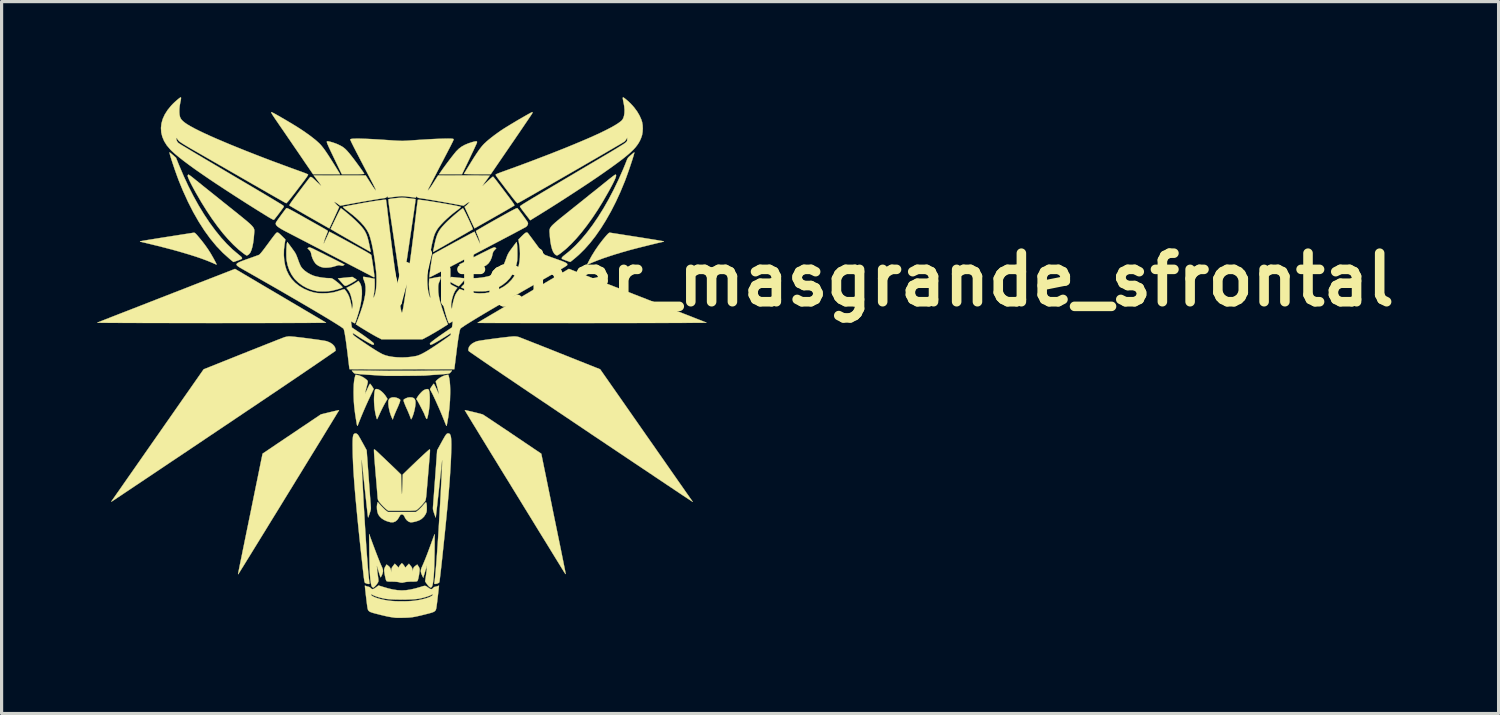
<source format=kicad_pcb>
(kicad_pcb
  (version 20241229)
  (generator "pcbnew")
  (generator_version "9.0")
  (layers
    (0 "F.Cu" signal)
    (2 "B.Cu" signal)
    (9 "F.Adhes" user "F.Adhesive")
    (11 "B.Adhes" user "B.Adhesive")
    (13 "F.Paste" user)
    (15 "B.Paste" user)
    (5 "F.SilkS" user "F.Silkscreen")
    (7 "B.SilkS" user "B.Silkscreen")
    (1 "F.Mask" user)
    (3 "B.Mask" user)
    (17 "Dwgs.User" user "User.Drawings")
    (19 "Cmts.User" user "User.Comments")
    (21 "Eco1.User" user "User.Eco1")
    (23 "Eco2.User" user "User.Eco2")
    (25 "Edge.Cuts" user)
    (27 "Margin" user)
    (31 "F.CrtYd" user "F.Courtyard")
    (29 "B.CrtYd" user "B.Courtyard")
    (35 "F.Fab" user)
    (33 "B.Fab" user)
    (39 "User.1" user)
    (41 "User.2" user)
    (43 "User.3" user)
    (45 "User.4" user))
  (footprint "Witcher_masgrande_sfrontal"
    (layer "F.Cu")
    (at 9.53 8.273)
    (property "Reference" "Witcher_masgrande_sfrontal" (at 15.24 -2.54 0) (layer "F.SilkS") (effects (font (size 1.524 1.524) (thickness 0.3))))
    (attr through_hole)
    (fp_poly (pts (xy -1.451 -2.588) (xy -1.416 -2.566) (xy -1.392 -2.548) (xy -1.384 -2.54) (xy -1.395 -2.53) (xy -1.422 -2.511) (xy -1.462 -2.486) (xy -1.509 -2.458) (xy -1.559 -2.429) (xy -1.605 -2.404) (xy -1.623 -2.395) (xy -1.673 -2.37) (xy -1.709 -2.354) (xy -1.736 -2.349) (xy -1.76 -2.357) (xy -1.787 -2.378) (xy -1.821 -2.415) (xy -1.861 -2.461) (xy -1.97 -2.584) (xy -1.928 -2.588) (xy -1.9 -2.591) (xy -1.853 -2.595) (xy -1.793 -2.601) (xy -1.724 -2.608) (xy -1.702 -2.61) (xy -1.518 -2.629) (xy -1.451 -2.588)) (stroke (width 0.01) (type solid)) (fill yes) (layer "F.SilkS"))
    (fp_poly (pts (xy 1.708 -2.616) (xy 1.779 -2.608) (xy 1.858 -2.601) (xy 1.929 -2.594) (xy 1.934 -2.594) (xy 2.046 -2.584) (xy 1.937 -2.461) (xy 1.895 -2.414) (xy 1.86 -2.376) (xy 1.833 -2.349) (xy 1.82 -2.338) (xy 1.819 -2.337) (xy 1.804 -2.343) (xy 1.773 -2.357) (xy 1.734 -2.377) (xy 1.677 -2.406) (xy 1.619 -2.438) (xy 1.565 -2.469) (xy 1.518 -2.498) (xy 1.482 -2.521) (xy 1.463 -2.535) (xy 1.46 -2.539) (xy 1.471 -2.549) (xy 1.497 -2.568) (xy 1.527 -2.588) (xy 1.594 -2.628) (xy 1.708 -2.616)) (stroke (width 0.01) (type solid)) (fill yes) (layer "F.SilkS"))
    (fp_poly (pts (xy -0.189 1.151) (xy -0.12 1.168) (xy -0.078 1.186) (xy -0.041 1.206) (xy -0.021 1.221) (xy -0.015 1.237) (xy -0.018 1.261) (xy -0.019 1.268) (xy -0.027 1.295) (xy -0.044 1.341) (xy -0.067 1.399) (xy -0.095 1.464) (xy -0.111 1.499) (xy -0.142 1.569) (xy -0.172 1.639) (xy -0.198 1.702) (xy -0.217 1.751) (xy -0.223 1.765) (xy -0.251 1.848) (xy -0.284 1.778) (xy -0.314 1.703) (xy -0.341 1.618) (xy -0.363 1.53) (xy -0.379 1.443) (xy -0.388 1.362) (xy -0.389 1.294) (xy -0.382 1.243) (xy -0.381 1.239) (xy -0.355 1.196) (xy -0.311 1.166) (xy -0.254 1.151) (xy -0.189 1.151)) (stroke (width 0.01) (type solid)) (fill yes) (layer "F.SilkS"))
    (fp_poly (pts (xy 2.386 -6.885) (xy 2.396 -6.871) (xy 2.394 -6.847) (xy 2.387 -6.829) (xy 2.37 -6.79) (xy 2.344 -6.734) (xy 2.311 -6.662) (xy 2.272 -6.578) (xy 2.227 -6.485) (xy 2.179 -6.383) (xy 2.156 -6.334) (xy 1.926 -5.855) (xy 1.205 -5.855) (xy 1.278 -5.959) (xy 1.331 -6.035) (xy 1.392 -6.118) (xy 1.456 -6.205) (xy 1.521 -6.291) (xy 1.584 -6.374) (xy 1.643 -6.449) (xy 1.694 -6.513) (xy 1.734 -6.562) (xy 1.751 -6.581) (xy 1.828 -6.656) (xy 1.912 -6.719) (xy 2.006 -6.772) (xy 2.116 -6.819) (xy 2.247 -6.862) (xy 2.251 -6.863) (xy 2.316 -6.88) (xy 2.36 -6.887) (xy 2.386 -6.885)) (stroke (width 0.01) (type solid)) (fill yes) (layer "F.SilkS"))
    (fp_poly (pts (xy 0.359 1.156) (xy 0.409 1.175) (xy 0.442 1.209) (xy 0.46 1.259) (xy 0.465 1.329) (xy 0.458 1.412) (xy 0.445 1.492) (xy 0.426 1.578) (xy 0.403 1.662) (xy 0.379 1.735) (xy 0.355 1.792) (xy 0.339 1.822) (xy 0.329 1.839) (xy 0.327 1.841) (xy 0.321 1.83) (xy 0.31 1.801) (xy 0.296 1.761) (xy 0.294 1.756) (xy 0.278 1.714) (xy 0.254 1.655) (xy 0.225 1.586) (xy 0.193 1.515) (xy 0.182 1.491) (xy 0.153 1.425) (xy 0.128 1.363) (xy 0.108 1.312) (xy 0.096 1.276) (xy 0.093 1.266) (xy 0.09 1.24) (xy 0.095 1.223) (xy 0.113 1.208) (xy 0.149 1.189) (xy 0.154 1.186) (xy 0.215 1.161) (xy 0.276 1.151) (xy 0.292 1.151) (xy 0.359 1.156)) (stroke (width 0.01) (type solid)) (fill yes) (layer "F.SilkS"))
    (fp_poly (pts (xy 2.952 -3.557) (xy 2.961 -3.554) (xy 2.968 -3.549) (xy 3 -3.528) (xy 2.949 -3.475) (xy 2.908 -3.424) (xy 2.889 -3.374) (xy 2.889 -3.372) (xy 2.859 -3.245) (xy 2.814 -3.14) (xy 2.755 -3.055) (xy 2.68 -2.991) (xy 2.591 -2.947) (xy 2.487 -2.924) (xy 2.368 -2.921) (xy 2.337 -2.923) (xy 2.277 -2.932) (xy 2.207 -2.946) (xy 2.141 -2.964) (xy 2.135 -2.966) (xy 2.059 -2.986) (xy 1.998 -2.993) (xy 1.944 -2.987) (xy 1.916 -2.978) (xy 1.894 -2.981) (xy 1.868 -2.996) (xy 1.838 -3.019) (xy 2.387 -3.295) (xy 2.512 -3.358) (xy 2.617 -3.41) (xy 2.704 -3.453) (xy 2.773 -3.488) (xy 2.828 -3.514) (xy 2.87 -3.533) (xy 2.902 -3.546) (xy 2.925 -3.554) (xy 2.941 -3.557) (xy 2.952 -3.557)) (stroke (width 0.01) (type solid)) (fill yes) (layer "F.SilkS"))
    (fp_poly (pts (xy -0.711 0.898) (xy -0.658 0.925) (xy -0.601 0.967) (xy -0.543 1.022) (xy -0.489 1.087) (xy -0.44 1.161) (xy -0.439 1.163) (xy -0.416 1.202) (xy -0.494 1.335) (xy -0.529 1.398) (xy -0.569 1.475) (xy -0.61 1.558) (xy -0.647 1.637) (xy -0.653 1.65) (xy -0.681 1.712) (xy -0.706 1.766) (xy -0.726 1.808) (xy -0.738 1.832) (xy -0.741 1.837) (xy -0.748 1.831) (xy -0.757 1.806) (xy -0.76 1.795) (xy -0.772 1.748) (xy -0.785 1.699) (xy -0.786 1.695) (xy -0.802 1.618) (xy -0.816 1.523) (xy -0.828 1.421) (xy -0.835 1.319) (xy -0.838 1.226) (xy -0.838 1.225) (xy -0.836 1.142) (xy -0.831 1.064) (xy -0.824 0.997) (xy -0.814 0.944) (xy -0.803 0.909) (xy -0.795 0.899) (xy -0.758 0.889) (xy -0.711 0.898)) (stroke (width 0.01) (type solid)) (fill yes) (layer "F.SilkS"))
    (fp_poly (pts (xy 0.873 0.904) (xy 0.889 0.937) (xy 0.9 0.991) (xy 0.908 1.063) (xy 0.912 1.148) (xy 0.912 1.242) (xy 0.908 1.342) (xy 0.9 1.443) (xy 0.888 1.542) (xy 0.873 1.635) (xy 0.87 1.65) (xy 0.854 1.727) (xy 0.841 1.782) (xy 0.83 1.815) (xy 0.82 1.829) (xy 0.81 1.826) (xy 0.798 1.806) (xy 0.782 1.774) (xy 0.782 1.773) (xy 0.765 1.734) (xy 0.753 1.705) (xy 0.749 1.694) (xy 0.744 1.679) (xy 0.729 1.646) (xy 0.706 1.6) (xy 0.678 1.545) (xy 0.648 1.485) (xy 0.616 1.425) (xy 0.587 1.368) (xy 0.561 1.321) (xy 0.542 1.287) (xy 0.539 1.281) (xy 0.491 1.203) (xy 0.514 1.162) (xy 0.546 1.111) (xy 0.589 1.055) (xy 0.638 1.001) (xy 0.684 0.956) (xy 0.711 0.935) (xy 0.761 0.908) (xy 0.809 0.894) (xy 0.848 0.892) (xy 0.873 0.904)) (stroke (width 0.01) (type solid)) (fill yes) (layer "F.SilkS"))
    (fp_poly (pts (xy -4.048 -7.801) (xy -4.017 -7.785) (xy -3.968 -7.76) (xy -3.906 -7.725) (xy -3.833 -7.684) (xy -3.751 -7.637) (xy -3.663 -7.586) (xy -3.573 -7.533) (xy -3.481 -7.478) (xy -3.391 -7.424) (xy -3.307 -7.373) (xy -3.248 -7.336) (xy -3.111 -7.248) (xy -2.978 -7.157) (xy -2.852 -7.067) (xy -2.739 -6.98) (xy -2.64 -6.899) (xy -2.56 -6.826) (xy -2.557 -6.823) (xy -2.518 -6.783) (xy -2.478 -6.736) (xy -2.434 -6.681) (xy -2.386 -6.616) (xy -2.333 -6.539) (xy -2.272 -6.448) (xy -2.204 -6.342) (xy -2.127 -6.219) (xy -2.039 -6.078) (xy -1.941 -5.917) (xy -1.932 -5.902) (xy -1.903 -5.855) (xy -2.753 -5.855) (xy -3.031 -6.261) (xy -3.127 -6.403) (xy -3.228 -6.551) (xy -3.331 -6.701) (xy -3.434 -6.852) (xy -3.535 -6.999) (xy -3.631 -7.14) (xy -3.721 -7.271) (xy -3.803 -7.39) (xy -3.874 -7.494) (xy -3.924 -7.566) (xy -3.976 -7.644) (xy -4.016 -7.704) (xy -4.042 -7.747) (xy -4.058 -7.777) (xy -4.064 -7.796) (xy -4.061 -7.805) (xy -4.048 -7.801)) (stroke (width 0.01) (type solid)) (fill yes) (layer "F.SilkS"))
    (fp_poly (pts (xy -2.862 -3.556) (xy -2.844 -3.552) (xy -2.819 -3.543) (xy -2.784 -3.528) (xy -2.737 -3.507) (xy -2.677 -3.477) (xy -2.6 -3.439) (xy -2.505 -3.392) (xy -2.39 -3.335) (xy -2.379 -3.329) (xy -2.274 -3.276) (xy -2.174 -3.226) (xy -2.081 -3.179) (xy -1.998 -3.137) (xy -1.929 -3.101) (xy -1.875 -3.074) (xy -1.84 -3.056) (xy -1.831 -3.051) (xy -1.764 -3.014) (xy -1.795 -2.994) (xy -1.818 -2.982) (xy -1.843 -2.98) (xy -1.881 -2.988) (xy -1.885 -2.989) (xy -1.917 -2.996) (xy -1.945 -2.997) (xy -1.976 -2.992) (xy -2.019 -2.979) (xy -2.052 -2.969) (xy -2.153 -2.941) (xy -2.258 -2.924) (xy -2.358 -2.919) (xy -2.423 -2.923) (xy -2.505 -2.943) (xy -2.586 -2.98) (xy -2.654 -3.03) (xy -2.674 -3.05) (xy -2.723 -3.119) (xy -2.766 -3.203) (xy -2.797 -3.294) (xy -2.807 -3.34) (xy -2.818 -3.391) (xy -2.834 -3.427) (xy -2.859 -3.461) (xy -2.873 -3.475) (xy -2.924 -3.528) (xy -2.892 -3.549) (xy -2.884 -3.554) (xy -2.874 -3.557) (xy -2.862 -3.556)) (stroke (width 0.01) (type solid)) (fill yes) (layer "F.SilkS"))
    (fp_poly (pts (xy -2.242 -6.88) (xy -2.188 -6.866) (xy -2.126 -6.848) (xy -2.063 -6.826) (xy -2.002 -6.803) (xy -1.975 -6.791) (xy -1.904 -6.757) (xy -1.843 -6.724) (xy -1.79 -6.688) (xy -1.74 -6.646) (xy -1.687 -6.593) (xy -1.629 -6.526) (xy -1.561 -6.443) (xy -1.56 -6.442) (xy -1.52 -6.39) (xy -1.472 -6.328) (xy -1.421 -6.26) (xy -1.368 -6.188) (xy -1.315 -6.116) (xy -1.266 -6.048) (xy -1.222 -5.986) (xy -1.186 -5.935) (xy -1.161 -5.896) (xy -1.148 -5.874) (xy -1.147 -5.873) (xy -1.148 -5.867) (xy -1.158 -5.863) (xy -1.179 -5.86) (xy -1.213 -5.858) (xy -1.264 -5.856) (xy -1.333 -5.855) (xy -1.424 -5.855) (xy -1.495 -5.855) (xy -1.85 -5.855) (xy -1.956 -6.074) (xy -2.03 -6.228) (xy -2.094 -6.362) (xy -2.148 -6.475) (xy -2.194 -6.571) (xy -2.231 -6.65) (xy -2.261 -6.714) (xy -2.283 -6.766) (xy -2.3 -6.805) (xy -2.311 -6.834) (xy -2.317 -6.855) (xy -2.319 -6.869) (xy -2.318 -6.878) (xy -2.314 -6.884) (xy -2.308 -6.887) (xy -2.306 -6.888) (xy -2.283 -6.888) (xy -2.242 -6.88)) (stroke (width 0.01) (type solid)) (fill yes) (layer "F.SilkS"))
    (fp_poly (pts (xy -1.857 -4.773) (xy -1.82 -4.746) (xy -1.772 -4.707) (xy -1.714 -4.66) (xy -1.65 -4.607) (xy -1.584 -4.55) (xy -1.519 -4.493) (xy -1.458 -4.438) (xy -1.405 -4.389) (xy -1.371 -4.356) (xy -1.283 -4.266) (xy -1.213 -4.187) (xy -1.155 -4.112) (xy -1.11 -4.037) (xy -1.072 -3.957) (xy -1.041 -3.866) (xy -1.013 -3.761) (xy -0.985 -3.635) (xy -0.985 -3.632) (xy -0.972 -3.569) (xy -0.96 -3.513) (xy -0.951 -3.47) (xy -0.946 -3.446) (xy -0.946 -3.445) (xy -0.944 -3.423) (xy -0.949 -3.417) (xy -0.962 -3.423) (xy -0.994 -3.441) (xy -1.045 -3.469) (xy -1.111 -3.507) (xy -1.191 -3.552) (xy -1.283 -3.604) (xy -1.384 -3.662) (xy -1.493 -3.724) (xy -1.55 -3.757) (xy -1.663 -3.822) (xy -1.77 -3.883) (xy -1.869 -3.94) (xy -1.958 -3.991) (xy -2.034 -4.035) (xy -2.095 -4.071) (xy -2.14 -4.097) (xy -2.166 -4.112) (xy -2.171 -4.115) (xy -2.201 -4.135) (xy -2.044 -4.462) (xy -2.004 -4.546) (xy -1.967 -4.621) (xy -1.934 -4.686) (xy -1.907 -4.736) (xy -1.889 -4.77) (xy -1.879 -4.785) (xy -1.878 -4.785) (xy -1.857 -4.773)) (stroke (width 0.01) (type solid)) (fill yes) (layer "F.SilkS"))
    (fp_poly (pts (xy -0.879 5.747) (xy -0.824 5.894) (xy -0.772 6.031) (xy -0.724 6.155) (xy -0.681 6.264) (xy -0.644 6.356) (xy -0.612 6.429) (xy -0.589 6.48) (xy -0.587 6.483) (xy -0.562 6.549) (xy -0.556 6.612) (xy -0.57 6.679) (xy -0.59 6.728) (xy -0.608 6.767) (xy -0.624 6.793) (xy -0.632 6.802) (xy -0.632 6.801) (xy -0.638 6.788) (xy -0.65 6.754) (xy -0.666 6.705) (xy -0.685 6.645) (xy -0.694 6.614) (xy -0.75 6.433) (xy -0.744 6.521) (xy -0.739 6.571) (xy -0.732 6.636) (xy -0.723 6.708) (xy -0.715 6.766) (xy -0.706 6.831) (xy -0.701 6.877) (xy -0.699 6.908) (xy -0.702 6.93) (xy -0.708 6.949) (xy -0.718 6.969) (xy -0.739 7.001) (xy -0.767 7.038) (xy -0.799 7.074) (xy -0.828 7.104) (xy -0.851 7.122) (xy -0.858 7.124) (xy -0.878 7.118) (xy -0.891 7.111) (xy -0.909 7.089) (xy -0.925 7.042) (xy -0.939 6.972) (xy -0.952 6.877) (xy -0.962 6.758) (xy -0.971 6.615) (xy -0.977 6.446) (xy -0.982 6.253) (xy -0.986 6.035) (xy -0.986 6.02) (xy -0.991 5.442) (xy -0.879 5.747)) (stroke (width 0.01) (type solid)) (fill yes) (layer "F.SilkS"))
    (fp_poly (pts (xy 1.065 5.459) (xy 1.066 5.493) (xy 1.066 5.547) (xy 1.066 5.619) (xy 1.066 5.707) (xy 1.065 5.807) (xy 1.064 5.918) (xy 1.063 6.007) (xy 1.059 6.229) (xy 1.054 6.426) (xy 1.047 6.598) (xy 1.038 6.746) (xy 1.027 6.869) (xy 1.014 6.967) (xy 1 7.04) (xy 0.984 7.088) (xy 0.969 7.109) (xy 0.948 7.122) (xy 0.931 7.121) (xy 0.907 7.106) (xy 0.897 7.098) (xy 0.872 7.074) (xy 0.841 7.036) (xy 0.814 7) (xy 0.766 6.928) (xy 0.788 6.782) (xy 0.798 6.711) (xy 0.807 6.636) (xy 0.815 6.569) (xy 0.818 6.534) (xy 0.825 6.433) (xy 0.799 6.515) (xy 0.782 6.568) (xy 0.762 6.633) (xy 0.743 6.697) (xy 0.74 6.706) (xy 0.707 6.814) (xy 0.668 6.731) (xy 0.643 6.671) (xy 0.632 6.619) (xy 0.634 6.567) (xy 0.651 6.51) (xy 0.682 6.439) (xy 0.682 6.439) (xy 0.711 6.374) (xy 0.747 6.288) (xy 0.789 6.184) (xy 0.836 6.063) (xy 0.886 5.929) (xy 0.939 5.785) (xy 0.978 5.677) (xy 1.004 5.606) (xy 1.026 5.544) (xy 1.045 5.495) (xy 1.058 5.462) (xy 1.064 5.448) (xy 1.065 5.459)) (stroke (width 0.01) (type solid)) (fill yes) (layer "F.SilkS"))
    (fp_poly (pts (xy -7.245 -6.533) (xy -7.218 -6.512) (xy -7.181 -6.481) (xy -7.152 -6.456) (xy -7.055 -6.371) (xy -6.959 -6.135) (xy -6.816 -5.799) (xy -6.666 -5.476) (xy -6.508 -5.166) (xy -6.344 -4.871) (xy -6.174 -4.592) (xy -6 -4.331) (xy -5.822 -4.089) (xy -5.642 -3.866) (xy -5.46 -3.666) (xy -5.277 -3.488) (xy -5.1 -3.339) (xy -5.042 -3.292) (xy -5.004 -3.257) (xy -4.984 -3.23) (xy -4.982 -3.209) (xy -4.995 -3.193) (xy -5.006 -3.187) (xy -5.024 -3.179) (xy -5.059 -3.165) (xy -5.104 -3.149) (xy -5.152 -3.132) (xy -5.196 -3.116) (xy -5.231 -3.105) (xy -5.25 -3.099) (xy -5.252 -3.099) (xy -5.262 -3.106) (xy -5.287 -3.127) (xy -5.325 -3.158) (xy -5.371 -3.196) (xy -5.379 -3.203) (xy -5.584 -3.387) (xy -5.783 -3.595) (xy -5.976 -3.828) (xy -6.162 -4.084) (xy -6.341 -4.363) (xy -6.514 -4.665) (xy -6.679 -4.99) (xy -6.837 -5.337) (xy -6.946 -5.601) (xy -6.979 -5.684) (xy -7.013 -5.776) (xy -7.048 -5.874) (xy -7.084 -5.974) (xy -7.118 -6.074) (xy -7.151 -6.172) (xy -7.181 -6.263) (xy -7.208 -6.347) (xy -7.229 -6.419) (xy -7.246 -6.476) (xy -7.255 -6.517) (xy -7.258 -6.538) (xy -7.256 -6.54) (xy -7.245 -6.533)) (stroke (width 0.01) (type solid)) (fill yes) (layer "F.SilkS"))
    (fp_poly (pts (xy 1.962 -4.775) (xy 1.979 -4.746) (xy 2.003 -4.7) (xy 2.033 -4.642) (xy 2.066 -4.574) (xy 2.101 -4.501) (xy 2.137 -4.426) (xy 2.171 -4.352) (xy 2.202 -4.283) (xy 2.229 -4.223) (xy 2.249 -4.174) (xy 2.262 -4.141) (xy 2.265 -4.127) (xy 2.265 -4.127) (xy 2.252 -4.119) (xy 2.22 -4.1) (xy 2.17 -4.071) (xy 2.106 -4.034) (xy 2.03 -3.989) (xy 1.944 -3.94) (xy 1.85 -3.886) (xy 1.752 -3.83) (xy 1.651 -3.772) (xy 1.549 -3.714) (xy 1.45 -3.657) (xy 1.356 -3.603) (xy 1.269 -3.554) (xy 1.191 -3.51) (xy 1.125 -3.473) (xy 1.073 -3.444) (xy 1.038 -3.425) (xy 1.023 -3.416) (xy 1.022 -3.416) (xy 1.019 -3.427) (xy 1.021 -3.445) (xy 1.026 -3.468) (xy 1.035 -3.51) (xy 1.046 -3.565) (xy 1.059 -3.629) (xy 1.061 -3.639) (xy 1.089 -3.766) (xy 1.118 -3.873) (xy 1.151 -3.965) (xy 1.191 -4.047) (xy 1.239 -4.124) (xy 1.3 -4.201) (xy 1.376 -4.285) (xy 1.446 -4.356) (xy 1.493 -4.401) (xy 1.549 -4.452) (xy 1.611 -4.508) (xy 1.677 -4.565) (xy 1.742 -4.621) (xy 1.805 -4.673) (xy 1.86 -4.718) (xy 1.906 -4.754) (xy 1.939 -4.777) (xy 1.954 -4.785) (xy 1.962 -4.775)) (stroke (width 0.01) (type solid)) (fill yes) (layer "F.SilkS"))
    (fp_poly (pts (xy 4.137 -7.805) (xy 4.137 -7.79) (xy 4.127 -7.763) (xy 4.127 -7.761) (xy 4.117 -7.745) (xy 4.094 -7.71) (xy 4.058 -7.657) (xy 4.012 -7.588) (xy 3.955 -7.504) (xy 3.889 -7.407) (xy 3.816 -7.299) (xy 3.735 -7.18) (xy 3.648 -7.053) (xy 3.557 -6.919) (xy 3.468 -6.79) (xy 2.828 -5.855) (xy 2.404 -5.855) (xy 2.303 -5.855) (xy 2.211 -5.856) (xy 2.131 -5.857) (xy 2.066 -5.859) (xy 2.018 -5.86) (xy 1.991 -5.863) (xy 1.985 -5.864) (xy 1.993 -5.877) (xy 2.012 -5.909) (xy 2.041 -5.956) (xy 2.076 -6.014) (xy 2.117 -6.081) (xy 2.134 -6.109) (xy 2.223 -6.254) (xy 2.302 -6.38) (xy 2.372 -6.487) (xy 2.433 -6.577) (xy 2.488 -6.654) (xy 2.538 -6.718) (xy 2.584 -6.772) (xy 2.626 -6.816) (xy 2.685 -6.871) (xy 2.761 -6.936) (xy 2.849 -7.007) (xy 2.944 -7.08) (xy 3.042 -7.151) (xy 3.137 -7.218) (xy 3.162 -7.235) (xy 3.22 -7.273) (xy 3.29 -7.317) (xy 3.37 -7.366) (xy 3.456 -7.419) (xy 3.547 -7.473) (xy 3.64 -7.529) (xy 3.732 -7.583) (xy 3.821 -7.634) (xy 3.904 -7.682) (xy 3.978 -7.724) (xy 4.041 -7.759) (xy 4.09 -7.785) (xy 4.123 -7.801) (xy 4.137 -7.805) (xy 4.137 -7.805)) (stroke (width 0.01) (type solid)) (fill yes) (layer "F.SilkS"))
    (fp_poly (pts (xy -6.477 -4.016) (xy -6.457 -4.005) (xy -6.431 -3.982) (xy -6.395 -3.944) (xy -6.358 -3.9) (xy -6.253 -3.774) (xy -6.15 -3.64) (xy -6.056 -3.507) (xy -5.987 -3.401) (xy -5.956 -3.35) (xy -5.922 -3.291) (xy -5.887 -3.23) (xy -5.854 -3.169) (xy -5.825 -3.114) (xy -5.801 -3.067) (xy -5.785 -3.034) (xy -5.78 -3.018) (xy -5.78 -3.017) (xy -5.793 -3.02) (xy -5.823 -3.032) (xy -5.863 -3.05) (xy -5.867 -3.052) (xy -6.02 -3.117) (xy -6.197 -3.185) (xy -6.397 -3.255) (xy -6.621 -3.327) (xy -6.866 -3.4) (xy -7.133 -3.475) (xy -7.419 -3.551) (xy -7.664 -3.613) (xy -7.768 -3.638) (xy -7.865 -3.662) (xy -7.953 -3.683) (xy -8.029 -3.702) (xy -8.089 -3.716) (xy -8.13 -3.725) (xy -8.147 -3.729) (xy -8.177 -3.735) (xy -8.184 -3.741) (xy -8.172 -3.748) (xy -8.156 -3.752) (xy -8.116 -3.759) (xy -8.056 -3.77) (xy -7.977 -3.783) (xy -7.881 -3.799) (xy -7.772 -3.816) (xy -7.65 -3.836) (xy -7.519 -3.857) (xy -7.38 -3.879) (xy -7.334 -3.886) (xy -7.193 -3.908) (xy -7.059 -3.929) (xy -6.933 -3.949) (xy -6.819 -3.967) (xy -6.719 -3.982) (xy -6.634 -3.996) (xy -6.567 -4.006) (xy -6.52 -4.014) (xy -6.495 -4.017) (xy -6.492 -4.018) (xy -6.477 -4.016)) (stroke (width 0.01) (type solid)) (fill yes) (layer "F.SilkS"))
    (fp_poly (pts (xy 6.568 -4.018) (xy 6.586 -4.015) (xy 6.626 -4.009) (xy 6.687 -3.999) (xy 6.766 -3.987) (xy 6.862 -3.972) (xy 6.972 -3.955) (xy 7.094 -3.935) (xy 7.226 -3.915) (xy 7.366 -3.893) (xy 7.41 -3.886) (xy 7.552 -3.864) (xy 7.686 -3.842) (xy 7.811 -3.822) (xy 7.924 -3.804) (xy 8.024 -3.788) (xy 8.109 -3.773) (xy 8.175 -3.762) (xy 8.222 -3.754) (xy 8.246 -3.749) (xy 8.248 -3.748) (xy 8.261 -3.741) (xy 8.253 -3.735) (xy 8.223 -3.729) (xy 8.192 -3.722) (xy 8.139 -3.71) (xy 8.069 -3.694) (xy 7.984 -3.673) (xy 7.889 -3.65) (xy 7.787 -3.625) (xy 7.681 -3.598) (xy 7.575 -3.572) (xy 7.472 -3.546) (xy 7.376 -3.521) (xy 7.291 -3.499) (xy 7.219 -3.48) (xy 7.193 -3.473) (xy 6.967 -3.409) (xy 6.751 -3.344) (xy 6.548 -3.279) (xy 6.36 -3.216) (xy 6.19 -3.153) (xy 6.042 -3.094) (xy 5.985 -3.07) (xy 5.933 -3.047) (xy 5.891 -3.03) (xy 5.863 -3.02) (xy 5.855 -3.019) (xy 5.86 -3.032) (xy 5.875 -3.063) (xy 5.897 -3.106) (xy 5.92 -3.152) (xy 6.007 -3.308) (xy 6.11 -3.473) (xy 6.224 -3.638) (xy 6.346 -3.797) (xy 6.446 -3.917) (xy 6.49 -3.965) (xy 6.521 -3.996) (xy 6.544 -4.013) (xy 6.562 -4.018) (xy 6.568 -4.018)) (stroke (width 0.01) (type solid)) (fill yes) (layer "F.SilkS"))
    (fp_poly (pts (xy -0.619 4.551) (xy -0.572 4.6) (xy -0.525 4.647) (xy -0.484 4.686) (xy -0.46 4.706) (xy -0.403 4.75) (xy 0.48 4.75) (xy 0.544 4.7) (xy 0.58 4.668) (xy 0.625 4.623) (xy 0.672 4.574) (xy 0.694 4.549) (xy 0.731 4.507) (xy 0.762 4.473) (xy 0.783 4.452) (xy 0.79 4.446) (xy 0.802 4.457) (xy 0.811 4.49) (xy 0.817 4.544) (xy 0.819 4.616) (xy 0.819 4.629) (xy 0.818 4.689) (xy 0.814 4.732) (xy 0.804 4.768) (xy 0.788 4.806) (xy 0.784 4.815) (xy 0.73 4.898) (xy 0.657 4.967) (xy 0.596 5.004) (xy 0.541 5.027) (xy 0.477 5.048) (xy 0.41 5.064) (xy 0.35 5.073) (xy 0.304 5.073) (xy 0.3 5.073) (xy 0.248 5.053) (xy 0.196 5.014) (xy 0.153 4.962) (xy 0.133 4.925) (xy 0.107 4.873) (xy 0.082 4.842) (xy 0.055 4.828) (xy 0.038 4.826) (xy 0.015 4.828) (xy -0.003 4.837) (xy -0.021 4.858) (xy -0.043 4.895) (xy -0.06 4.927) (xy -0.108 4.998) (xy -0.166 5.047) (xy -0.232 5.072) (xy -0.306 5.074) (xy -0.318 5.072) (xy -0.428 5.042) (xy -0.527 4.998) (xy -0.61 4.942) (xy -0.674 4.874) (xy -0.712 4.81) (xy -0.732 4.744) (xy -0.745 4.665) (xy -0.748 4.585) (xy -0.741 4.513) (xy -0.737 4.496) (xy -0.721 4.439) (xy -0.619 4.551)) (stroke (width 0.01) (type solid)) (fill yes) (layer "F.SilkS"))
    (fp_poly (pts (xy 1.509 0.492) (xy 1.527 0.568) (xy 1.54 0.661) (xy 1.549 0.773) (xy 1.554 0.906) (xy 1.554 0.997) (xy 1.547 1.246) (xy 1.526 1.506) (xy 1.493 1.767) (xy 1.455 1.981) (xy 1.447 2.024) (xy 1.44 2.045) (xy 1.434 2.048) (xy 1.427 2.035) (xy 1.426 2.032) (xy 1.417 2.01) (xy 1.4 1.969) (xy 1.378 1.913) (xy 1.352 1.849) (xy 1.335 1.806) (xy 1.294 1.706) (xy 1.248 1.596) (xy 1.199 1.483) (xy 1.148 1.369) (xy 1.099 1.26) (xy 1.053 1.16) (xy 1.013 1.075) (xy 0.979 1.009) (xy 0.979 1.009) (xy 0.918 0.893) (xy 0.973 0.809) (xy 1 0.769) (xy 1.023 0.739) (xy 1.037 0.725) (xy 1.039 0.724) (xy 1.048 0.735) (xy 1.064 0.764) (xy 1.086 0.807) (xy 1.11 0.858) (xy 1.135 0.913) (xy 1.159 0.967) (xy 1.178 1.015) (xy 1.181 1.021) (xy 1.192 1.045) (xy 1.2 1.052) (xy 1.2 1.052) (xy 1.199 1.038) (xy 1.192 1.006) (xy 1.182 0.959) (xy 1.168 0.903) (xy 1.153 0.844) (xy 1.137 0.787) (xy 1.123 0.736) (xy 1.111 0.697) (xy 1.106 0.683) (xy 1.101 0.663) (xy 1.105 0.646) (xy 1.122 0.625) (xy 1.154 0.595) (xy 1.157 0.591) (xy 1.223 0.541) (xy 1.298 0.498) (xy 1.373 0.466) (xy 1.436 0.45) (xy 1.494 0.442) (xy 1.509 0.492)) (stroke (width 0.01) (type solid)) (fill yes) (layer "F.SilkS"))
    (fp_poly (pts (xy 6.756 -5.836) (xy 6.762 -5.818) (xy 6.758 -5.786) (xy 6.744 -5.74) (xy 6.718 -5.678) (xy 6.68 -5.599) (xy 6.63 -5.501) (xy 6.567 -5.384) (xy 6.511 -5.283) (xy 6.349 -5.001) (xy 6.184 -4.733) (xy 6.017 -4.482) (xy 5.849 -4.248) (xy 5.682 -4.033) (xy 5.516 -3.838) (xy 5.352 -3.664) (xy 5.192 -3.512) (xy 5.035 -3.384) (xy 5.025 -3.376) (xy 4.975 -3.34) (xy 4.941 -3.317) (xy 4.917 -3.307) (xy 4.897 -3.306) (xy 4.878 -3.313) (xy 4.868 -3.318) (xy 4.824 -3.357) (xy 4.785 -3.419) (xy 4.751 -3.504) (xy 4.723 -3.61) (xy 4.7 -3.737) (xy 4.684 -3.883) (xy 4.679 -3.962) (xy 4.676 -4.003) (xy 4.673 -4.037) (xy 4.672 -4.068) (xy 4.673 -4.097) (xy 4.677 -4.124) (xy 4.687 -4.151) (xy 4.702 -4.18) (xy 4.725 -4.211) (xy 4.756 -4.246) (xy 4.797 -4.286) (xy 4.849 -4.333) (xy 4.912 -4.387) (xy 4.989 -4.451) (xy 5.081 -4.525) (xy 5.188 -4.611) (xy 5.311 -4.71) (xy 5.453 -4.823) (xy 5.51 -4.869) (xy 5.64 -4.973) (xy 5.768 -5.075) (xy 5.893 -5.176) (xy 6.013 -5.272) (xy 6.126 -5.362) (xy 6.23 -5.445) (xy 6.322 -5.519) (xy 6.4 -5.582) (xy 6.463 -5.632) (xy 6.508 -5.669) (xy 6.508 -5.669) (xy 6.572 -5.72) (xy 6.63 -5.765) (xy 6.678 -5.801) (xy 6.715 -5.827) (xy 6.736 -5.841) (xy 6.74 -5.842) (xy 6.756 -5.836)) (stroke (width 0.01) (type solid)) (fill yes) (layer "F.SilkS"))
    (fp_poly (pts (xy 7.334 -6.529) (xy 7.327 -6.497) (xy 7.313 -6.446) (xy 7.293 -6.38) (xy 7.269 -6.302) (xy 7.24 -6.215) (xy 7.209 -6.121) (xy 7.176 -6.023) (xy 7.142 -5.925) (xy 7.108 -5.829) (xy 7.075 -5.738) (xy 7.044 -5.655) (xy 7.032 -5.625) (xy 6.897 -5.299) (xy 6.754 -4.988) (xy 6.603 -4.692) (xy 6.445 -4.413) (xy 6.282 -4.152) (xy 6.114 -3.911) (xy 5.942 -3.691) (xy 5.766 -3.494) (xy 5.589 -3.32) (xy 5.569 -3.303) (xy 5.509 -3.25) (xy 5.452 -3.202) (xy 5.401 -3.16) (xy 5.36 -3.127) (xy 5.331 -3.106) (xy 5.319 -3.099) (xy 5.306 -3.104) (xy 5.275 -3.115) (xy 5.23 -3.131) (xy 5.199 -3.142) (xy 5.148 -3.161) (xy 5.105 -3.178) (xy 5.076 -3.189) (xy 5.069 -3.193) (xy 5.054 -3.212) (xy 5.062 -3.238) (xy 5.092 -3.272) (xy 5.142 -3.313) (xy 5.319 -3.457) (xy 5.497 -3.625) (xy 5.675 -3.816) (xy 5.852 -4.028) (xy 6.027 -4.261) (xy 6.198 -4.512) (xy 6.367 -4.782) (xy 6.53 -5.068) (xy 6.688 -5.369) (xy 6.84 -5.685) (xy 6.97 -5.978) (xy 7.001 -6.051) (xy 7.032 -6.127) (xy 7.061 -6.198) (xy 7.083 -6.254) (xy 7.086 -6.262) (xy 7.106 -6.313) (xy 7.124 -6.35) (xy 7.145 -6.38) (xy 7.175 -6.41) (xy 7.219 -6.448) (xy 7.228 -6.456) (xy 7.27 -6.491) (xy 7.304 -6.519) (xy 7.327 -6.536) (xy 7.333 -6.54) (xy 7.334 -6.529)) (stroke (width 0.01) (type solid)) (fill yes) (layer "F.SilkS"))
    (fp_poly (pts (xy -6.647 -5.834) (xy -6.616 -5.813) (xy -6.573 -5.781) (xy -6.523 -5.742) (xy -6.501 -5.724) (xy -6.469 -5.698) (xy -6.418 -5.657) (xy -6.352 -5.604) (xy -6.271 -5.539) (xy -6.177 -5.463) (xy -6.072 -5.379) (xy -5.958 -5.288) (xy -5.837 -5.191) (xy -5.71 -5.089) (xy -5.579 -4.984) (xy -5.504 -4.924) (xy -5.349 -4.8) (xy -5.212 -4.691) (xy -5.093 -4.595) (xy -4.99 -4.512) (xy -4.902 -4.44) (xy -4.827 -4.378) (xy -4.766 -4.325) (xy -4.716 -4.28) (xy -4.677 -4.241) (xy -4.647 -4.207) (xy -4.625 -4.177) (xy -4.61 -4.149) (xy -4.601 -4.123) (xy -4.596 -4.098) (xy -4.596 -4.071) (xy -4.597 -4.042) (xy -4.6 -4.01) (xy -4.603 -3.973) (xy -4.603 -3.969) (xy -4.615 -3.826) (xy -4.633 -3.696) (xy -4.655 -3.582) (xy -4.682 -3.486) (xy -4.712 -3.412) (xy -4.728 -3.385) (xy -4.757 -3.35) (xy -4.791 -3.321) (xy -4.824 -3.304) (xy -4.836 -3.302) (xy -4.851 -3.309) (xy -4.881 -3.328) (xy -4.92 -3.355) (xy -4.933 -3.364) (xy -5.09 -3.489) (xy -5.252 -3.639) (xy -5.417 -3.811) (xy -5.585 -4.005) (xy -5.753 -4.22) (xy -5.923 -4.455) (xy -6.092 -4.708) (xy -6.26 -4.978) (xy -6.426 -5.264) (xy -6.493 -5.385) (xy -6.552 -5.495) (xy -6.601 -5.591) (xy -6.64 -5.672) (xy -6.668 -5.737) (xy -6.684 -5.783) (xy -6.688 -5.81) (xy -6.688 -5.811) (xy -6.676 -5.834) (xy -6.662 -5.842) (xy -6.647 -5.834)) (stroke (width 0.01) (type solid)) (fill yes) (layer "F.SilkS"))
    (fp_poly (pts (xy -3.432 -3.554) (xy -3.382 -3.485) (xy -3.343 -3.431) (xy -3.313 -3.385) (xy -3.289 -3.341) (xy -3.268 -3.292) (xy -3.245 -3.234) (xy -3.218 -3.16) (xy -3.214 -3.147) (xy -3.191 -3.085) (xy -3.166 -3.026) (xy -3.144 -2.978) (xy -3.132 -2.954) (xy -3.083 -2.89) (xy -3.015 -2.825) (xy -2.932 -2.765) (xy -2.84 -2.712) (xy -2.745 -2.671) (xy -2.717 -2.661) (xy -2.63 -2.638) (xy -2.528 -2.618) (xy -2.422 -2.602) (xy -2.321 -2.593) (xy -2.258 -2.591) (xy -2.211 -2.59) (xy -2.177 -2.586) (xy -2.148 -2.576) (xy -2.115 -2.557) (xy -2.075 -2.529) (xy -2.025 -2.491) (xy -1.973 -2.45) (xy -1.924 -2.408) (xy -1.882 -2.368) (xy -1.848 -2.335) (xy -1.828 -2.31) (xy -1.825 -2.298) (xy -1.844 -2.288) (xy -1.883 -2.273) (xy -1.936 -2.256) (xy -1.998 -2.238) (xy -2.062 -2.221) (xy -2.124 -2.205) (xy -2.179 -2.193) (xy -2.192 -2.191) (xy -2.264 -2.182) (xy -2.351 -2.176) (xy -2.442 -2.174) (xy -2.531 -2.175) (xy -2.609 -2.18) (xy -2.646 -2.185) (xy -2.796 -2.222) (xy -2.943 -2.28) (xy -3.082 -2.356) (xy -3.209 -2.449) (xy -3.318 -2.554) (xy -3.339 -2.578) (xy -3.426 -2.701) (xy -3.497 -2.841) (xy -3.549 -2.994) (xy -3.582 -3.154) (xy -3.582 -3.156) (xy -3.587 -3.213) (xy -3.59 -3.285) (xy -3.591 -3.367) (xy -3.59 -3.452) (xy -3.587 -3.533) (xy -3.582 -3.605) (xy -3.576 -3.662) (xy -3.572 -3.683) (xy -3.561 -3.727) (xy -3.432 -3.554)) (stroke (width 0.01) (type solid)) (fill yes) (layer "F.SilkS"))
    (fp_poly (pts (xy -1.36 0.451) (xy -1.291 0.469) (xy -1.214 0.502) (xy -1.141 0.545) (xy -1.087 0.586) (xy -1.064 0.606) (xy -1.048 0.622) (xy -1.038 0.639) (xy -1.034 0.66) (xy -1.037 0.69) (xy -1.046 0.731) (xy -1.061 0.79) (xy -1.082 0.869) (xy -1.084 0.875) (xy -1.099 0.936) (xy -1.111 0.985) (xy -1.118 1.019) (xy -1.12 1.034) (xy -1.119 1.034) (xy -1.11 1.019) (xy -1.093 0.985) (xy -1.07 0.937) (xy -1.045 0.881) (xy -1.041 0.873) (xy -1.015 0.817) (xy -0.992 0.771) (xy -0.974 0.738) (xy -0.964 0.724) (xy -0.963 0.724) (xy -0.952 0.734) (xy -0.932 0.759) (xy -0.908 0.793) (xy -0.884 0.829) (xy -0.863 0.862) (xy -0.852 0.884) (xy -0.851 0.889) (xy -0.856 0.903) (xy -0.871 0.936) (xy -0.893 0.984) (xy -0.921 1.043) (xy -0.951 1.106) (xy -1.002 1.214) (xy -1.057 1.334) (xy -1.114 1.461) (xy -1.169 1.588) (xy -1.221 1.711) (xy -1.266 1.821) (xy -1.302 1.911) (xy -1.322 1.964) (xy -1.34 2.009) (xy -1.353 2.039) (xy -1.359 2.048) (xy -1.365 2.042) (xy -1.373 2.016) (xy -1.382 1.975) (xy -1.383 1.966) (xy -1.41 1.803) (xy -1.432 1.659) (xy -1.448 1.531) (xy -1.461 1.413) (xy -1.47 1.3) (xy -1.475 1.188) (xy -1.478 1.072) (xy -1.479 0.991) (xy -1.477 0.858) (xy -1.473 0.747) (xy -1.464 0.653) (xy -1.452 0.573) (xy -1.435 0.502) (xy -1.432 0.491) (xy -1.418 0.442) (xy -1.36 0.451)) (stroke (width 0.01) (type solid)) (fill yes) (layer "F.SilkS"))
    (fp_poly (pts (xy 3.65 -3.67) (xy 3.653 -3.639) (xy 3.657 -3.588) (xy 3.66 -3.522) (xy 3.662 -3.446) (xy 3.663 -3.378) (xy 3.663 -3.29) (xy 3.661 -3.221) (xy 3.659 -3.166) (xy 3.654 -3.121) (xy 3.646 -3.079) (xy 3.636 -3.035) (xy 3.636 -3.033) (xy 3.583 -2.867) (xy 3.513 -2.72) (xy 3.425 -2.59) (xy 3.317 -2.476) (xy 3.189 -2.376) (xy 3.07 -2.305) (xy 2.968 -2.256) (xy 2.871 -2.22) (xy 2.771 -2.196) (xy 2.661 -2.182) (xy 2.546 -2.177) (xy 2.429 -2.176) (xy 2.334 -2.181) (xy 2.259 -2.191) (xy 2.258 -2.191) (xy 2.21 -2.201) (xy 2.152 -2.216) (xy 2.089 -2.233) (xy 2.028 -2.252) (xy 1.973 -2.269) (xy 1.93 -2.284) (xy 1.905 -2.296) (xy 1.901 -2.298) (xy 1.905 -2.311) (xy 1.925 -2.335) (xy 1.959 -2.369) (xy 2.002 -2.409) (xy 2.051 -2.451) (xy 2.102 -2.492) (xy 2.151 -2.529) (xy 2.195 -2.559) (xy 2.227 -2.577) (xy 2.256 -2.587) (xy 2.291 -2.59) (xy 2.334 -2.591) (xy 2.422 -2.595) (xy 2.522 -2.606) (xy 2.626 -2.622) (xy 2.722 -2.642) (xy 2.79 -2.66) (xy 2.89 -2.7) (xy 2.986 -2.751) (xy 3.073 -2.812) (xy 3.146 -2.878) (xy 3.201 -2.946) (xy 3.218 -2.975) (xy 3.235 -3.012) (xy 3.258 -3.067) (xy 3.283 -3.132) (xy 3.308 -3.199) (xy 3.311 -3.206) (xy 3.333 -3.267) (xy 3.353 -3.317) (xy 3.374 -3.36) (xy 3.399 -3.402) (xy 3.43 -3.449) (xy 3.473 -3.507) (xy 3.504 -3.549) (xy 3.637 -3.727) (xy 3.65 -3.67)) (stroke (width 0.01) (type solid)) (fill yes) (layer "F.SilkS"))
    (fp_poly (pts (xy 0.097 -5.115) (xy 0.159 -5.11) (xy 0.229 -5.103) (xy 0.298 -5.095) (xy 0.464 -5.074) (xy 0.46 -5.016) (xy 0.458 -4.992) (xy 0.452 -4.944) (xy 0.443 -4.878) (xy 0.431 -4.796) (xy 0.418 -4.702) (xy 0.403 -4.597) (xy 0.386 -4.485) (xy 0.381 -4.451) (xy 0.354 -4.266) (xy 0.326 -4.079) (xy 0.298 -3.892) (xy 0.271 -3.706) (xy 0.244 -3.523) (xy 0.217 -3.345) (xy 0.192 -3.174) (xy 0.168 -3.012) (xy 0.146 -2.861) (xy 0.126 -2.721) (xy 0.107 -2.596) (xy 0.091 -2.487) (xy 0.078 -2.395) (xy 0.068 -2.323) (xy 0.061 -2.273) (xy 0.057 -2.245) (xy 0.057 -2.245) (xy 0.051 -2.204) (xy 0.044 -2.176) (xy 0.04 -2.166) (xy 0.036 -2.177) (xy 0.029 -2.211) (xy 0.02 -2.264) (xy 0.008 -2.334) (xy -0.005 -2.418) (xy -0.02 -2.514) (xy -0.035 -2.618) (xy -0.036 -2.627) (xy -0.053 -2.741) (xy -0.073 -2.874) (xy -0.094 -3.022) (xy -0.117 -3.179) (xy -0.141 -3.339) (xy -0.165 -3.498) (xy -0.187 -3.648) (xy -0.198 -3.721) (xy -0.218 -3.86) (xy -0.24 -4.004) (xy -0.261 -4.149) (xy -0.282 -4.291) (xy -0.302 -4.423) (xy -0.32 -4.543) (xy -0.335 -4.646) (xy -0.343 -4.704) (xy -0.357 -4.796) (xy -0.368 -4.879) (xy -0.377 -4.952) (xy -0.383 -5.009) (xy -0.386 -5.049) (xy -0.386 -5.067) (xy -0.385 -5.067) (xy -0.368 -5.073) (xy -0.331 -5.08) (xy -0.279 -5.088) (xy -0.216 -5.096) (xy -0.149 -5.103) (xy -0.082 -5.11) (xy -0.021 -5.114) (xy 0.03 -5.117) (xy 0.052 -5.117) (xy 0.097 -5.115)) (stroke (width 0.01) (type solid)) (fill yes) (layer "F.SilkS"))
    (fp_poly (pts (xy -4.465 -2.446) (xy -4.313 -2.356) (xy -4.146 -2.258) (xy -3.97 -2.154) (xy -3.788 -2.047) (xy -3.607 -1.94) (xy -3.43 -1.835) (xy -3.263 -1.737) (xy -3.111 -1.647) (xy -3.042 -1.606) (xy -2.921 -1.535) (xy -2.807 -1.468) (xy -2.701 -1.405) (xy -2.605 -1.348) (xy -2.521 -1.299) (xy -2.451 -1.257) (xy -2.397 -1.225) (xy -2.361 -1.203) (xy -2.345 -1.192) (xy -2.344 -1.192) (xy -2.355 -1.191) (xy -2.391 -1.19) (xy -2.451 -1.189) (xy -2.532 -1.188) (xy -2.635 -1.188) (xy -2.759 -1.187) (xy -2.902 -1.186) (xy -3.063 -1.185) (xy -3.241 -1.185) (xy -3.436 -1.184) (xy -3.646 -1.184) (xy -3.871 -1.183) (xy -4.109 -1.183) (xy -4.359 -1.182) (xy -4.621 -1.182) (xy -4.893 -1.182) (xy -5.174 -1.182) (xy -5.464 -1.182) (xy -5.761 -1.181) (xy -5.938 -1.181) (xy -6.258 -1.182) (xy -6.569 -1.182) (xy -6.869 -1.182) (xy -7.157 -1.182) (xy -7.433 -1.183) (xy -7.697 -1.183) (xy -7.946 -1.183) (xy -8.18 -1.184) (xy -8.398 -1.185) (xy -8.6 -1.185) (xy -8.785 -1.186) (xy -8.951 -1.187) (xy -9.097 -1.187) (xy -9.224 -1.188) (xy -9.33 -1.189) (xy -9.413 -1.19) (xy -9.474 -1.191) (xy -9.512 -1.192) (xy -9.525 -1.193) (xy -9.525 -1.193) (xy -9.51 -1.2) (xy -9.473 -1.215) (xy -9.417 -1.237) (xy -9.345 -1.266) (xy -9.258 -1.3) (xy -9.159 -1.339) (xy -9.05 -1.382) (xy -8.933 -1.427) (xy -8.896 -1.442) (xy -8.708 -1.515) (xy -8.53 -1.584) (xy -8.358 -1.651) (xy -8.192 -1.716) (xy -8.027 -1.78) (xy -7.861 -1.845) (xy -7.692 -1.911) (xy -7.517 -1.979) (xy -7.333 -2.051) (xy -7.138 -2.127) (xy -6.929 -2.208) (xy -6.703 -2.296) (xy -6.458 -2.392) (xy -6.294 -2.456) (xy -5.202 -2.881) (xy -4.465 -2.446)) (stroke (width 0.01) (type solid)) (fill yes) (layer "F.SilkS"))
    (fp_poly (pts (xy 0.067 6.386) (xy 0.095 6.418) (xy 0.12 6.456) (xy 0.121 6.456) (xy 0.143 6.498) (xy 0.258 6.375) (xy 0.297 6.422) (xy 0.333 6.467) (xy 0.355 6.504) (xy 0.366 6.539) (xy 0.37 6.579) (xy 0.372 6.607) (xy 0.375 6.613) (xy 0.377 6.604) (xy 0.389 6.544) (xy 0.404 6.503) (xy 0.426 6.472) (xy 0.458 6.445) (xy 0.463 6.441) (xy 0.52 6.4) (xy 0.559 6.461) (xy 0.581 6.498) (xy 0.592 6.529) (xy 0.594 6.565) (xy 0.592 6.598) (xy 0.584 6.664) (xy 0.574 6.732) (xy 0.561 6.797) (xy 0.548 6.853) (xy 0.535 6.895) (xy 0.524 6.917) (xy 0.502 6.928) (xy 0.462 6.934) (xy 0.414 6.935) (xy 0.315 6.936) (xy 0.23 6.94) (xy 0.164 6.947) (xy 0.119 6.955) (xy 0.11 6.958) (xy 0.051 6.971) (xy -0.011 6.966) (xy -0.038 6.958) (xy -0.071 6.95) (xy -0.124 6.943) (xy -0.193 6.938) (xy -0.273 6.936) (xy -0.343 6.935) (xy -0.395 6.933) (xy -0.433 6.925) (xy -0.446 6.919) (xy -0.457 6.9) (xy -0.469 6.862) (xy -0.482 6.811) (xy -0.495 6.751) (xy -0.507 6.69) (xy -0.515 6.632) (xy -0.52 6.584) (xy -0.521 6.566) (xy -0.512 6.522) (xy -0.489 6.471) (xy -0.482 6.461) (xy -0.444 6.4) (xy -0.409 6.424) (xy -0.358 6.467) (xy -0.327 6.511) (xy -0.309 6.565) (xy -0.307 6.579) (xy -0.295 6.648) (xy -0.294 6.58) (xy -0.291 6.539) (xy -0.281 6.506) (xy -0.261 6.472) (xy -0.239 6.443) (xy -0.186 6.374) (xy -0.136 6.422) (xy -0.106 6.454) (xy -0.083 6.484) (xy -0.076 6.496) (xy -0.067 6.514) (xy -0.065 6.507) (xy -0.064 6.495) (xy -0.056 6.471) (xy -0.034 6.437) (xy -0.014 6.412) (xy 0.036 6.356) (xy 0.067 6.386)) (stroke (width 0.01) (type solid)) (fill yes) (layer "F.SilkS"))
    (fp_poly (pts (xy 5.989 -2.604) (xy 6.097 -2.562) (xy 6.227 -2.512) (xy 6.375 -2.454) (xy 6.538 -2.39) (xy 6.716 -2.321) (xy 6.904 -2.248) (xy 7.101 -2.171) (xy 7.303 -2.092) (xy 7.509 -2.012) (xy 7.716 -1.931) (xy 7.92 -1.851) (xy 8.121 -1.773) (xy 8.141 -1.766) (xy 8.324 -1.694) (xy 8.5 -1.625) (xy 8.669 -1.559) (xy 8.828 -1.497) (xy 8.977 -1.439) (xy 9.113 -1.386) (xy 9.236 -1.337) (xy 9.343 -1.295) (xy 9.434 -1.26) (xy 9.507 -1.231) (xy 9.56 -1.21) (xy 9.592 -1.197) (xy 9.601 -1.193) (xy 9.59 -1.192) (xy 9.555 -1.191) (xy 9.496 -1.19) (xy 9.415 -1.189) (xy 9.312 -1.188) (xy 9.188 -1.188) (xy 9.045 -1.187) (xy 8.883 -1.186) (xy 8.703 -1.185) (xy 8.506 -1.185) (xy 8.294 -1.184) (xy 8.066 -1.184) (xy 7.825 -1.183) (xy 7.57 -1.183) (xy 7.303 -1.182) (xy 7.026 -1.182) (xy 6.738 -1.182) (xy 6.44 -1.182) (xy 6.135 -1.182) (xy 6.017 -1.181) (xy 5.716 -1.181) (xy 5.422 -1.181) (xy 5.135 -1.182) (xy 4.857 -1.182) (xy 4.589 -1.182) (xy 4.332 -1.182) (xy 4.086 -1.182) (xy 3.853 -1.182) (xy 3.634 -1.183) (xy 3.429 -1.183) (xy 3.24 -1.183) (xy 3.068 -1.183) (xy 2.914 -1.184) (xy 2.778 -1.184) (xy 2.662 -1.184) (xy 2.567 -1.185) (xy 2.494 -1.185) (xy 2.444 -1.186) (xy 2.417 -1.186) (xy 2.413 -1.186) (xy 2.423 -1.195) (xy 2.45 -1.212) (xy 2.489 -1.235) (xy 2.499 -1.241) (xy 2.52 -1.254) (xy 2.563 -1.279) (xy 2.624 -1.315) (xy 2.703 -1.361) (xy 2.797 -1.417) (xy 2.907 -1.482) (xy 3.03 -1.554) (xy 3.165 -1.634) (xy 3.31 -1.719) (xy 3.464 -1.81) (xy 3.625 -1.906) (xy 3.793 -2.005) (xy 3.932 -2.086) (xy 5.279 -2.882) (xy 5.989 -2.604)) (stroke (width 0.01) (type solid)) (fill yes) (layer "F.SilkS"))
    (fp_poly (pts (xy 1.593 0.309) (xy 1.608 0.309) (xy 1.609 0.309) (xy 1.603 0.319) (xy 1.585 0.342) (xy 1.571 0.359) (xy 1.551 0.381) (xy 1.533 0.396) (xy 1.509 0.405) (xy 1.475 0.411) (xy 1.423 0.417) (xy 1.41 0.418) (xy 1.355 0.423) (xy 1.283 0.429) (xy 1.2 0.435) (xy 1.114 0.441) (xy 1.06 0.444) (xy 0.984 0.449) (xy 0.914 0.454) (xy 0.856 0.459) (xy 0.813 0.463) (xy 0.794 0.465) (xy 0.773 0.466) (xy 0.73 0.468) (xy 0.668 0.469) (xy 0.589 0.471) (xy 0.497 0.472) (xy 0.395 0.473) (xy 0.287 0.474) (xy 0.174 0.475) (xy 0.06 0.476) (xy -0.051 0.477) (xy -0.158 0.477) (xy -0.256 0.477) (xy -0.343 0.477) (xy -0.415 0.477) (xy -0.47 0.476) (xy -0.504 0.475) (xy -0.508 0.475) (xy -0.54 0.473) (xy -0.593 0.469) (xy -0.663 0.465) (xy -0.745 0.46) (xy -0.834 0.454) (xy -0.895 0.45) (xy -0.991 0.444) (xy -1.085 0.438) (xy -1.173 0.431) (xy -1.25 0.426) (xy -1.309 0.421) (xy -1.333 0.419) (xy -1.39 0.413) (xy -1.428 0.407) (xy -1.453 0.398) (xy -1.472 0.385) (xy -1.492 0.364) (xy -1.495 0.36) (xy -1.519 0.333) (xy -1.532 0.314) (xy -1.533 0.31) (xy -1.52 0.309) (xy -1.484 0.309) (xy -1.427 0.309) (xy -1.351 0.31) (xy -1.258 0.31) (xy -1.151 0.311) (xy -1.031 0.312) (xy -0.901 0.313) (xy -0.764 0.315) (xy -0.746 0.315) (xy -0.574 0.317) (xy -0.382 0.318) (xy -0.178 0.319) (xy 0.033 0.319) (xy 0.243 0.319) (xy 0.448 0.318) (xy 0.64 0.317) (xy 0.814 0.315) (xy 0.822 0.315) (xy 0.961 0.314) (xy 1.092 0.312) (xy 1.213 0.311) (xy 1.321 0.31) (xy 1.416 0.309) (xy 1.494 0.309) (xy 1.554 0.309) (xy 1.593 0.309)) (stroke (width 0.01) (type solid)) (fill yes) (layer "F.SilkS"))
    (fp_poly (pts (xy 2.025 1.555) (xy 2.058 1.561) (xy 2.108 1.572) (xy 2.169 1.586) (xy 2.238 1.602) (xy 2.311 1.62) (xy 2.382 1.637) (xy 2.449 1.654) (xy 2.506 1.669) (xy 2.549 1.681) (xy 2.574 1.689) (xy 2.577 1.69) (xy 2.591 1.698) (xy 2.626 1.721) (xy 2.678 1.755) (xy 2.746 1.8) (xy 2.83 1.855) (xy 2.926 1.92) (xy 3.034 1.992) (xy 3.151 2.071) (xy 3.278 2.155) (xy 3.41 2.244) (xy 3.51 2.312) (xy 4.413 2.921) (xy 4.513 3.413) (xy 4.54 3.543) (xy 4.571 3.694) (xy 4.605 3.862) (xy 4.642 4.044) (xy 4.681 4.235) (xy 4.721 4.431) (xy 4.761 4.63) (xy 4.801 4.826) (xy 4.84 5.016) (xy 4.877 5.196) (xy 4.911 5.362) (xy 4.941 5.511) (xy 4.947 5.537) (xy 4.988 5.737) (xy 5.024 5.913) (xy 5.055 6.067) (xy 5.082 6.201) (xy 5.105 6.315) (xy 5.124 6.411) (xy 5.14 6.49) (xy 5.153 6.555) (xy 5.163 6.606) (xy 5.17 6.644) (xy 5.175 6.671) (xy 5.177 6.689) (xy 5.178 6.698) (xy 5.178 6.701) (xy 5.17 6.693) (xy 5.151 6.668) (xy 5.126 6.629) (xy 5.105 6.595) (xy 5.092 6.574) (xy 5.066 6.532) (xy 5.028 6.47) (xy 4.979 6.39) (xy 4.919 6.293) (xy 4.849 6.179) (xy 4.769 6.049) (xy 4.681 5.905) (xy 4.584 5.747) (xy 4.479 5.577) (xy 4.367 5.396) (xy 4.249 5.204) (xy 4.126 5.003) (xy 3.997 4.793) (xy 3.863 4.576) (xy 3.726 4.352) (xy 3.585 4.123) (xy 3.522 4.021) (xy 3.381 3.791) (xy 3.243 3.568) (xy 3.11 3.351) (xy 2.982 3.142) (xy 2.858 2.941) (xy 2.741 2.75) (xy 2.631 2.57) (xy 2.527 2.401) (xy 2.431 2.244) (xy 2.344 2.101) (xy 2.265 1.973) (xy 2.196 1.859) (xy 2.137 1.762) (xy 2.088 1.682) (xy 2.051 1.621) (xy 2.026 1.579) (xy 2.013 1.556) (xy 2.011 1.553) (xy 2.025 1.555)) (stroke (width 0.01) (type solid)) (fill yes) (layer "F.SilkS"))
    (fp_poly (pts (xy -1.941 1.564) (xy -1.96 1.596) (xy -1.991 1.646) (xy -2.033 1.715) (xy -2.085 1.801) (xy -2.148 1.903) (xy -2.219 2.02) (xy -2.299 2.15) (xy -2.386 2.293) (xy -2.48 2.447) (xy -2.581 2.611) (xy -2.687 2.784) (xy -2.799 2.965) (xy -2.914 3.153) (xy -3.033 3.347) (xy -3.154 3.545) (xy -3.278 3.746) (xy -3.402 3.949) (xy -3.528 4.153) (xy -3.654 4.358) (xy -3.778 4.561) (xy -3.901 4.761) (xy -4.023 4.958) (xy -4.141 5.15) (xy -4.255 5.337) (xy -4.366 5.516) (xy -4.471 5.687) (xy -4.571 5.849) (xy -4.664 6) (xy -4.75 6.14) (xy -4.829 6.267) (xy -4.898 6.38) (xy -4.959 6.478) (xy -5.01 6.56) (xy -5.05 6.625) (xy -5.079 6.671) (xy -5.096 6.698) (xy -5.1 6.704) (xy -5.105 6.7) (xy -5.105 6.696) (xy -5.103 6.681) (xy -5.096 6.644) (xy -5.085 6.588) (xy -5.07 6.514) (xy -5.053 6.427) (xy -5.033 6.328) (xy -5.011 6.221) (xy -5.003 6.183) (xy -4.98 6.071) (xy -4.959 5.965) (xy -4.939 5.867) (xy -4.921 5.781) (xy -4.907 5.71) (xy -4.896 5.657) (xy -4.89 5.625) (xy -4.889 5.62) (xy -4.882 5.589) (xy -4.872 5.538) (xy -4.858 5.471) (xy -4.843 5.394) (xy -4.825 5.31) (xy -4.82 5.284) (xy -4.808 5.226) (xy -4.791 5.145) (xy -4.771 5.045) (xy -4.747 4.929) (xy -4.72 4.798) (xy -4.691 4.657) (xy -4.661 4.507) (xy -4.629 4.351) (xy -4.597 4.192) (xy -4.572 4.07) (xy -4.541 3.917) (xy -4.51 3.768) (xy -4.481 3.626) (xy -4.454 3.494) (xy -4.43 3.374) (xy -4.408 3.267) (xy -4.39 3.177) (xy -4.375 3.105) (xy -4.364 3.053) (xy -4.358 3.025) (xy -4.336 2.919) (xy -3.984 2.682) (xy -3.901 2.625) (xy -3.8 2.558) (xy -3.686 2.481) (xy -3.563 2.398) (xy -3.434 2.312) (xy -3.304 2.224) (xy -3.177 2.138) (xy -3.068 2.065) (xy -2.504 1.686) (xy -2.222 1.617) (xy -2.141 1.598) (xy -2.069 1.581) (xy -2.009 1.568) (xy -1.964 1.558) (xy -1.939 1.553) (xy -1.935 1.553) (xy -1.941 1.564)) (stroke (width 0.01) (type solid)) (fill yes) (layer "F.SilkS"))
    (fp_poly (pts (xy 3.62 -0.759) (xy 3.675 -0.75) (xy 3.701 -0.744) (xy 3.721 -0.737) (xy 3.762 -0.721) (xy 3.824 -0.697) (xy 3.905 -0.665) (xy 4.003 -0.627) (xy 4.116 -0.582) (xy 4.243 -0.532) (xy 4.382 -0.477) (xy 4.532 -0.418) (xy 4.691 -0.355) (xy 4.857 -0.289) (xy 5.011 -0.227) (xy 6.262 0.271) (xy 6.982 1.301) (xy 7.145 1.535) (xy 7.296 1.751) (xy 7.437 1.953) (xy 7.57 2.143) (xy 7.697 2.325) (xy 7.82 2.501) (xy 7.942 2.675) (xy 8.064 2.851) (xy 8.19 3.03) (xy 8.32 3.217) (xy 8.457 3.414) (xy 8.604 3.624) (xy 8.716 3.785) (xy 8.79 3.89) (xy 8.86 3.99) (xy 8.925 4.084) (xy 8.984 4.168) (xy 9.036 4.241) (xy 9.077 4.301) (xy 9.108 4.344) (xy 9.126 4.37) (xy 9.128 4.372) (xy 9.15 4.404) (xy 9.164 4.426) (xy 9.166 4.432) (xy 9.155 4.425) (xy 9.125 4.405) (xy 9.076 4.373) (xy 9.011 4.33) (xy 8.931 4.277) (xy 8.838 4.216) (xy 8.734 4.146) (xy 8.619 4.07) (xy 8.496 3.987) (xy 8.366 3.901) (xy 8.305 3.859) (xy 8.061 3.696) (xy 7.819 3.534) (xy 7.58 3.374) (xy 7.345 3.217) (xy 7.117 3.064) (xy 6.896 2.916) (xy 6.683 2.773) (xy 6.481 2.638) (xy 6.291 2.51) (xy 6.114 2.392) (xy 5.951 2.283) (xy 5.805 2.184) (xy 5.676 2.097) (xy 5.565 2.023) (xy 5.512 1.987) (xy 5.219 1.79) (xy 4.946 1.607) (xy 4.693 1.436) (xy 4.458 1.278) (xy 4.239 1.131) (xy 4.037 0.995) (xy 3.85 0.869) (xy 3.678 0.752) (xy 3.518 0.644) (xy 3.371 0.545) (xy 3.235 0.453) (xy 3.109 0.367) (xy 2.992 0.288) (xy 2.884 0.215) (xy 2.783 0.146) (xy 2.688 0.081) (xy 2.599 0.02) (xy 2.513 -0.039) (xy 2.432 -0.095) (xy 2.352 -0.15) (xy 2.274 -0.204) (xy 2.196 -0.258) (xy 2.149 -0.291) (xy 2.13 -0.309) (xy 2.124 -0.333) (xy 2.125 -0.365) (xy 2.144 -0.429) (xy 2.186 -0.488) (xy 2.249 -0.541) (xy 2.331 -0.585) (xy 2.393 -0.609) (xy 2.422 -0.616) (xy 2.474 -0.625) (xy 2.544 -0.637) (xy 2.629 -0.65) (xy 2.725 -0.664) (xy 2.83 -0.678) (xy 2.94 -0.693) (xy 3.05 -0.707) (xy 3.159 -0.721) (xy 3.262 -0.733) (xy 3.357 -0.744) (xy 3.439 -0.752) (xy 3.505 -0.759) (xy 3.552 -0.762) (xy 3.565 -0.762) (xy 3.62 -0.759)) (stroke (width 0.01) (type solid)) (fill yes) (layer "F.SilkS"))
    (fp_poly (pts (xy 0.91 2.786) (xy 0.914 2.788) (xy 0.916 2.793) (xy 0.918 2.801) (xy 0.919 2.816) (xy 0.918 2.839) (xy 0.917 2.872) (xy 0.914 2.917) (xy 0.909 2.975) (xy 0.904 3.048) (xy 0.896 3.138) (xy 0.887 3.248) (xy 0.876 3.378) (xy 0.863 3.531) (xy 0.857 3.607) (xy 0.843 3.766) (xy 0.832 3.902) (xy 0.822 4.016) (xy 0.814 4.111) (xy 0.807 4.189) (xy 0.801 4.252) (xy 0.795 4.301) (xy 0.789 4.339) (xy 0.783 4.368) (xy 0.777 4.389) (xy 0.77 4.405) (xy 0.762 4.418) (xy 0.753 4.43) (xy 0.742 4.443) (xy 0.728 4.458) (xy 0.726 4.461) (xy 0.679 4.517) (xy 0.626 4.573) (xy 0.573 4.626) (xy 0.526 4.668) (xy 0.496 4.691) (xy 0.485 4.697) (xy 0.469 4.701) (xy 0.445 4.705) (xy 0.411 4.707) (xy 0.365 4.709) (xy 0.302 4.711) (xy 0.222 4.711) (xy 0.12 4.712) (xy 0.037 4.712) (xy -0.39 4.712) (xy -0.439 4.675) (xy -0.485 4.637) (xy -0.539 4.585) (xy -0.595 4.526) (xy -0.646 4.467) (xy -0.676 4.43) (xy -0.697 4.399) (xy -0.711 4.372) (xy -0.719 4.341) (xy -0.725 4.297) (xy -0.728 4.252) (xy -0.731 4.216) (xy -0.735 4.158) (xy -0.742 4.081) (xy -0.749 3.986) (xy -0.758 3.879) (xy -0.768 3.76) (xy -0.779 3.634) (xy -0.79 3.502) (xy -0.793 3.467) (xy -0.806 3.309) (xy -0.817 3.17) (xy -0.826 3.051) (xy -0.833 2.953) (xy -0.837 2.877) (xy -0.839 2.824) (xy -0.839 2.794) (xy -0.838 2.788) (xy -0.821 2.789) (xy -0.792 2.808) (xy -0.778 2.821) (xy -0.732 2.863) (xy -0.673 2.919) (xy -0.605 2.984) (xy -0.529 3.055) (xy -0.451 3.13) (xy -0.372 3.205) (xy -0.296 3.277) (xy -0.227 3.343) (xy -0.168 3.4) (xy -0.121 3.445) (xy -0.099 3.467) (xy 0.012 3.575) (xy 0.02 3.891) (xy 0.023 3.976) (xy 0.026 4.051) (xy 0.03 4.113) (xy 0.033 4.159) (xy 0.036 4.185) (xy 0.038 4.189) (xy 0.041 4.172) (xy 0.045 4.133) (xy 0.048 4.077) (xy 0.051 4.006) (xy 0.054 3.925) (xy 0.056 3.873) (xy 0.064 3.575) (xy 0.181 3.461) (xy 0.278 3.367) (xy 0.373 3.275) (xy 0.466 3.186) (xy 0.555 3.101) (xy 0.638 3.024) (xy 0.713 2.954) (xy 0.778 2.894) (xy 0.832 2.846) (xy 0.872 2.811) (xy 0.898 2.79) (xy 0.907 2.785) (xy 0.91 2.786)) (stroke (width 0.01) (type solid)) (fill yes) (layer "F.SilkS"))
    (fp_poly (pts (xy 3.663 -4.789) (xy 3.676 -4.774) (xy 3.701 -4.742) (xy 3.735 -4.697) (xy 3.775 -4.644) (xy 3.818 -4.585) (xy 3.862 -4.525) (xy 3.903 -4.468) (xy 3.939 -4.417) (xy 3.967 -4.376) (xy 3.984 -4.35) (xy 3.987 -4.346) (xy 3.997 -4.301) (xy 3.983 -4.256) (xy 3.946 -4.211) (xy 3.935 -4.202) (xy 3.92 -4.193) (xy 3.884 -4.173) (xy 3.829 -4.144) (xy 3.757 -4.105) (xy 3.668 -4.058) (xy 3.566 -4.003) (xy 3.45 -3.942) (xy 3.323 -3.875) (xy 3.187 -3.804) (xy 3.043 -3.728) (xy 2.892 -3.649) (xy 2.737 -3.567) (xy 2.579 -3.484) (xy 2.419 -3.4) (xy 2.259 -3.316) (xy 2.1 -3.234) (xy 1.945 -3.152) (xy 1.795 -3.074) (xy 1.651 -2.999) (xy 1.515 -2.928) (xy 1.388 -2.863) (xy 1.273 -2.803) (xy 1.171 -2.75) (xy 1.083 -2.705) (xy 1.011 -2.668) (xy 0.956 -2.64) (xy 0.921 -2.623) (xy 0.907 -2.616) (xy 0.906 -2.616) (xy 0.903 -2.627) (xy 0.902 -2.648) (xy 0.903 -2.67) (xy 0.908 -2.712) (xy 0.916 -2.77) (xy 0.925 -2.84) (xy 0.936 -2.918) (xy 0.947 -2.998) (xy 0.959 -3.076) (xy 0.97 -3.149) (xy 0.979 -3.21) (xy 0.987 -3.257) (xy 0.989 -3.27) (xy 0.998 -3.308) (xy 1.008 -3.334) (xy 1.011 -3.34) (xy 1.025 -3.348) (xy 1.058 -3.367) (xy 1.108 -3.395) (xy 1.173 -3.431) (xy 1.251 -3.474) (xy 1.339 -3.522) (xy 1.434 -3.574) (xy 1.535 -3.629) (xy 1.639 -3.686) (xy 1.743 -3.743) (xy 1.846 -3.798) (xy 1.944 -3.852) (xy 2.036 -3.901) (xy 2.119 -3.946) (xy 2.19 -3.984) (xy 2.248 -4.014) (xy 2.289 -4.036) (xy 2.312 -4.048) (xy 2.316 -4.049) (xy 2.322 -4.037) (xy 2.337 -4.005) (xy 2.358 -3.959) (xy 2.384 -3.901) (xy 2.399 -3.867) (xy 2.428 -3.805) (xy 2.452 -3.752) (xy 2.471 -3.711) (xy 2.483 -3.687) (xy 2.486 -3.683) (xy 2.492 -3.684) (xy 2.49 -3.705) (xy 2.482 -3.741) (xy 2.468 -3.788) (xy 2.45 -3.841) (xy 2.43 -3.896) (xy 2.419 -3.922) (xy 2.396 -3.977) (xy 2.378 -4.023) (xy 2.366 -4.056) (xy 2.363 -4.07) (xy 2.373 -4.078) (xy 2.404 -4.098) (xy 2.454 -4.128) (xy 2.519 -4.166) (xy 2.6 -4.213) (xy 2.692 -4.266) (xy 2.795 -4.325) (xy 2.906 -4.388) (xy 3.004 -4.443) (xy 3.146 -4.522) (xy 3.267 -4.59) (xy 3.369 -4.646) (xy 3.453 -4.692) (xy 3.521 -4.728) (xy 3.573 -4.755) (xy 3.613 -4.774) (xy 3.64 -4.785) (xy 3.656 -4.79) (xy 3.663 -4.789)) (stroke (width 0.01) (type solid)) (fill yes) (layer "F.SilkS"))
    (fp_poly (pts (xy -3.453 -0.76) (xy -3.394 -0.755) (xy -3.318 -0.748) (xy -3.229 -0.738) (xy -3.129 -0.726) (xy -3.022 -0.713) (xy -2.912 -0.699) (xy -2.802 -0.684) (xy -2.695 -0.67) (xy -2.594 -0.656) (xy -2.504 -0.642) (xy -2.427 -0.63) (xy -2.367 -0.62) (xy -2.328 -0.612) (xy -2.318 -0.609) (xy -2.224 -0.57) (xy -2.148 -0.522) (xy -2.092 -0.466) (xy -2.058 -0.405) (xy -2.049 -0.365) (xy -2.043 -0.311) (xy -2.206 -0.198) (xy -2.257 -0.163) (xy -2.327 -0.115) (xy -2.413 -0.056) (xy -2.513 0.013) (xy -2.625 0.089) (xy -2.746 0.172) (xy -2.874 0.259) (xy -3.007 0.349) (xy -3.142 0.441) (xy -3.276 0.532) (xy -3.409 0.622) (xy -3.536 0.708) (xy -3.656 0.789) (xy -3.767 0.864) (xy -3.81 0.893) (xy -3.937 0.979) (xy -4.078 1.073) (xy -4.23 1.176) (xy -4.393 1.285) (xy -4.566 1.402) (xy -4.748 1.524) (xy -4.938 1.651) (xy -5.134 1.783) (xy -5.336 1.919) (xy -5.542 2.057) (xy -5.752 2.198) (xy -5.964 2.34) (xy -6.178 2.484) (xy -6.391 2.627) (xy -6.604 2.77) (xy -6.815 2.911) (xy -7.023 3.051) (xy -7.228 3.188) (xy -7.427 3.321) (xy -7.619 3.45) (xy -7.805 3.575) (xy -7.982 3.693) (xy -8.15 3.806) (xy -8.308 3.911) (xy -8.454 4.009) (xy -8.587 4.098) (xy -8.707 4.178) (xy -8.812 4.249) (xy -8.902 4.308) (xy -8.974 4.357) (xy -9.029 4.393) (xy -9.065 4.416) (xy -9.08 4.426) (xy -9.084 4.423) (xy -9.074 4.404) (xy -9.054 4.375) (xy -9.035 4.349) (xy -9.005 4.306) (xy -8.964 4.247) (xy -8.915 4.177) (xy -8.859 4.098) (xy -8.8 4.013) (xy -8.76 3.956) (xy -8.724 3.904) (xy -8.674 3.832) (xy -8.612 3.743) (xy -8.538 3.637) (xy -8.454 3.517) (xy -8.361 3.384) (xy -8.26 3.239) (xy -8.152 3.085) (xy -8.038 2.921) (xy -7.919 2.751) (xy -7.797 2.576) (xy -7.672 2.397) (xy -7.545 2.216) (xy -7.418 2.033) (xy -7.291 1.852) (xy -7.166 1.673) (xy -7.044 1.498) (xy -6.926 1.329) (xy -6.813 1.167) (xy -6.705 1.013) (xy -6.605 0.87) (xy -6.513 0.738) (xy -6.432 0.622) (xy -6.187 0.272) (xy -4.951 -0.222) (xy -4.781 -0.29) (xy -4.616 -0.355) (xy -4.458 -0.418) (xy -4.309 -0.477) (xy -4.171 -0.532) (xy -4.045 -0.581) (xy -3.933 -0.626) (xy -3.837 -0.664) (xy -3.757 -0.694) (xy -3.697 -0.718) (xy -3.657 -0.733) (xy -3.641 -0.739) (xy -3.584 -0.752) (xy -3.522 -0.761) (xy -3.491 -0.762) (xy -3.453 -0.76)) (stroke (width 0.01) (type solid)) (fill yes) (layer "F.SilkS"))
    (fp_poly (pts (xy -3.568 -4.788) (xy -3.547 -4.78) (xy -3.517 -4.767) (xy -3.475 -4.746) (xy -3.419 -4.716) (xy -3.348 -4.678) (xy -3.26 -4.629) (xy -3.152 -4.568) (xy -3.109 -4.544) (xy -3.001 -4.483) (xy -2.893 -4.422) (xy -2.788 -4.363) (xy -2.69 -4.308) (xy -2.603 -4.259) (xy -2.53 -4.218) (xy -2.474 -4.187) (xy -2.467 -4.183) (xy -2.407 -4.149) (xy -2.354 -4.118) (xy -2.315 -4.093) (xy -2.291 -4.076) (xy -2.286 -4.07) (xy -2.291 -4.054) (xy -2.304 -4.019) (xy -2.322 -3.972) (xy -2.343 -3.922) (xy -2.364 -3.869) (xy -2.383 -3.815) (xy -2.399 -3.765) (xy -2.41 -3.723) (xy -2.416 -3.693) (xy -2.414 -3.681) (xy -2.41 -3.683) (xy -2.403 -3.696) (xy -2.388 -3.729) (xy -2.366 -3.776) (xy -2.339 -3.834) (xy -2.324 -3.867) (xy -2.296 -3.929) (xy -2.272 -3.982) (xy -2.254 -4.022) (xy -2.243 -4.045) (xy -2.241 -4.049) (xy -2.23 -4.044) (xy -2.198 -4.027) (xy -2.148 -4.001) (xy -2.081 -3.966) (xy -2 -3.922) (xy -1.907 -3.872) (xy -1.803 -3.816) (xy -1.691 -3.755) (xy -1.587 -3.698) (xy -1.44 -3.618) (xy -1.315 -3.549) (xy -1.209 -3.491) (xy -1.123 -3.442) (xy -1.053 -3.402) (xy -1 -3.37) (xy -0.962 -3.346) (xy -0.938 -3.328) (xy -0.926 -3.317) (xy -0.924 -3.314) (xy -0.92 -3.294) (xy -0.913 -3.254) (xy -0.903 -3.197) (xy -0.892 -3.127) (xy -0.881 -3.05) (xy -0.868 -2.968) (xy -0.857 -2.887) (xy -0.846 -2.811) (xy -0.837 -2.744) (xy -0.83 -2.69) (xy -0.826 -2.654) (xy -0.826 -2.642) (xy -0.827 -2.626) (xy -0.834 -2.619) (xy -0.851 -2.623) (xy -0.882 -2.638) (xy -0.921 -2.659) (xy -0.956 -2.678) (xy -1.009 -2.706) (xy -1.075 -2.74) (xy -1.148 -2.778) (xy -1.223 -2.818) (xy -1.226 -2.819) (xy -1.291 -2.853) (xy -1.375 -2.896) (xy -1.472 -2.947) (xy -1.579 -3.002) (xy -1.691 -3.061) (xy -1.804 -3.119) (xy -1.899 -3.169) (xy -2.126 -3.287) (xy -2.331 -3.394) (xy -2.517 -3.491) (xy -2.684 -3.577) (xy -2.834 -3.655) (xy -2.967 -3.725) (xy -3.086 -3.786) (xy -3.19 -3.84) (xy -3.283 -3.888) (xy -3.364 -3.93) (xy -3.435 -3.967) (xy -3.498 -4) (xy -3.537 -4.02) (xy -3.649 -4.078) (xy -3.739 -4.128) (xy -3.809 -4.171) (xy -3.861 -4.208) (xy -3.896 -4.241) (xy -3.916 -4.271) (xy -3.923 -4.3) (xy -3.918 -4.328) (xy -3.911 -4.346) (xy -3.897 -4.368) (xy -3.872 -4.405) (xy -3.838 -4.454) (xy -3.798 -4.51) (xy -3.754 -4.57) (xy -3.711 -4.629) (xy -3.669 -4.685) (xy -3.634 -4.732) (xy -3.607 -4.767) (xy -3.591 -4.785) (xy -3.589 -4.787) (xy -3.581 -4.789) (xy -3.568 -4.788)) (stroke (width 0.01) (type solid)) (fill yes) (layer "F.SilkS"))
    (fp_poly (pts (xy -1.387 2.29) (xy -1.35 2.318) (xy -1.341 2.329) (xy -1.326 2.352) (xy -1.301 2.394) (xy -1.269 2.449) (xy -1.233 2.515) (xy -1.193 2.585) (xy -1.19 2.591) (xy -1.069 2.813) (xy -1.055 3.01) (xy -1.049 3.08) (xy -1.043 3.169) (xy -1.036 3.271) (xy -1.028 3.378) (xy -1.02 3.484) (xy -1.016 3.537) (xy -1.008 3.647) (xy -0.999 3.769) (xy -0.99 3.893) (xy -0.981 4.011) (xy -0.974 4.115) (xy -0.971 4.147) (xy -0.965 4.237) (xy -0.958 4.328) (xy -0.952 4.412) (xy -0.946 4.484) (xy -0.942 4.538) (xy -0.942 4.546) (xy -0.938 4.6) (xy -0.937 4.642) (xy -0.941 4.678) (xy -0.951 4.719) (xy -0.968 4.772) (xy -0.976 4.797) (xy -0.994 4.85) (xy -1.009 4.891) (xy -1.02 4.917) (xy -1.024 4.924) (xy -1.026 4.914) (xy -1.03 4.885) (xy -1.036 4.837) (xy -1.044 4.77) (xy -1.054 4.683) (xy -1.066 4.574) (xy -1.08 4.444) (xy -1.097 4.293) (xy -1.116 4.118) (xy -1.137 3.92) (xy -1.161 3.698) (xy -1.188 3.452) (xy -1.194 3.393) (xy -1.202 3.317) (xy -1.209 3.249) (xy -1.215 3.192) (xy -1.218 3.152) (xy -1.219 3.134) (xy -1.222 3.116) (xy -1.227 3.115) (xy -1.228 3.118) (xy -1.229 3.126) (xy -1.23 3.141) (xy -1.23 3.164) (xy -1.229 3.196) (xy -1.227 3.24) (xy -1.225 3.297) (xy -1.221 3.369) (xy -1.217 3.458) (xy -1.211 3.565) (xy -1.205 3.693) (xy -1.197 3.842) (xy -1.188 4.014) (xy -1.187 4.032) (xy -1.171 4.334) (xy -1.155 4.626) (xy -1.138 4.906) (xy -1.123 5.173) (xy -1.107 5.428) (xy -1.092 5.667) (xy -1.077 5.89) (xy -1.062 6.096) (xy -1.048 6.284) (xy -1.035 6.452) (xy -1.023 6.6) (xy -1.011 6.725) (xy -1 6.828) (xy -0.99 6.907) (xy -0.99 6.909) (xy -0.984 6.952) (xy -0.98 6.986) (xy -0.978 7.001) (xy -0.988 7.009) (xy -1.015 7.01) (xy -1.05 7.004) (xy -1.086 6.991) (xy -1.092 6.988) (xy -1.103 6.983) (xy -1.112 6.98) (xy -1.12 6.975) (xy -1.126 6.966) (xy -1.132 6.952) (xy -1.138 6.931) (xy -1.144 6.901) (xy -1.15 6.858) (xy -1.158 6.802) (xy -1.166 6.731) (xy -1.176 6.641) (xy -1.189 6.531) (xy -1.203 6.4) (xy -1.212 6.318) (xy -1.255 5.931) (xy -1.294 5.567) (xy -1.329 5.227) (xy -1.361 4.909) (xy -1.389 4.612) (xy -1.415 4.336) (xy -1.437 4.08) (xy -1.456 3.842) (xy -1.472 3.622) (xy -1.485 3.419) (xy -1.495 3.231) (xy -1.502 3.058) (xy -1.507 2.9) (xy -1.507 2.87) (xy -1.509 2.735) (xy -1.51 2.623) (xy -1.509 2.532) (xy -1.506 2.459) (xy -1.501 2.403) (xy -1.494 2.36) (xy -1.484 2.33) (xy -1.472 2.308) (xy -1.461 2.297) (xy -1.426 2.282) (xy -1.387 2.29)) (stroke (width 0.01) (type solid)) (fill yes) (layer "F.SilkS"))
    (fp_poly (pts (xy 1.519 2.286) (xy 1.548 2.311) (xy 1.568 2.36) (xy 1.576 2.394) (xy 1.583 2.45) (xy 1.587 2.529) (xy 1.589 2.63) (xy 1.588 2.751) (xy 1.584 2.89) (xy 1.579 3.046) (xy 1.571 3.216) (xy 1.56 3.4) (xy 1.548 3.594) (xy 1.534 3.799) (xy 1.517 4.011) (xy 1.499 4.229) (xy 1.498 4.235) (xy 1.488 4.347) (xy 1.477 4.473) (xy 1.464 4.611) (xy 1.449 4.76) (xy 1.434 4.917) (xy 1.418 5.08) (xy 1.401 5.247) (xy 1.384 5.417) (xy 1.366 5.587) (xy 1.348 5.756) (xy 1.331 5.922) (xy 1.314 6.082) (xy 1.298 6.234) (xy 1.282 6.378) (xy 1.268 6.51) (xy 1.254 6.629) (xy 1.242 6.732) (xy 1.232 6.819) (xy 1.224 6.886) (xy 1.217 6.932) (xy 1.213 6.956) (xy 1.213 6.957) (xy 1.196 6.974) (xy 1.164 6.991) (xy 1.124 7.004) (xy 1.087 7.01) (xy 1.085 7.01) (xy 1.063 7.008) (xy 1.055 6.998) (xy 1.057 6.971) (xy 1.058 6.963) (xy 1.068 6.893) (xy 1.079 6.799) (xy 1.09 6.682) (xy 1.102 6.544) (xy 1.116 6.386) (xy 1.129 6.209) (xy 1.143 6.015) (xy 1.158 5.805) (xy 1.173 5.581) (xy 1.188 5.343) (xy 1.203 5.093) (xy 1.218 4.833) (xy 1.219 4.82) (xy 1.225 4.71) (xy 1.231 4.603) (xy 1.237 4.504) (xy 1.242 4.415) (xy 1.246 4.341) (xy 1.249 4.286) (xy 1.251 4.261) (xy 1.254 4.209) (xy 1.257 4.136) (xy 1.262 4.047) (xy 1.267 3.945) (xy 1.273 3.836) (xy 1.279 3.723) (xy 1.284 3.611) (xy 1.289 3.504) (xy 1.294 3.407) (xy 1.298 3.324) (xy 1.301 3.259) (xy 1.301 3.251) (xy 1.303 3.195) (xy 1.304 3.151) (xy 1.304 3.124) (xy 1.302 3.118) (xy 1.299 3.134) (xy 1.294 3.171) (xy 1.287 3.224) (xy 1.28 3.287) (xy 1.277 3.315) (xy 1.266 3.424) (xy 1.253 3.544) (xy 1.239 3.671) (xy 1.225 3.803) (xy 1.21 3.938) (xy 1.196 4.073) (xy 1.181 4.206) (xy 1.167 4.335) (xy 1.153 4.457) (xy 1.141 4.57) (xy 1.129 4.672) (xy 1.119 4.759) (xy 1.111 4.831) (xy 1.105 4.884) (xy 1.101 4.916) (xy 1.1 4.924) (xy 1.094 4.915) (xy 1.083 4.886) (xy 1.067 4.842) (xy 1.051 4.798) (xy 1.032 4.739) (xy 1.02 4.696) (xy 1.013 4.66) (xy 1.012 4.621) (xy 1.015 4.572) (xy 1.018 4.534) (xy 1.022 4.479) (xy 1.027 4.405) (xy 1.034 4.319) (xy 1.041 4.227) (xy 1.047 4.136) (xy 1.048 4.128) (xy 1.057 4) (xy 1.068 3.854) (xy 1.08 3.696) (xy 1.092 3.532) (xy 1.104 3.369) (xy 1.115 3.214) (xy 1.125 3.074) (xy 1.131 2.997) (xy 1.144 2.814) (xy 1.273 2.578) (xy 1.321 2.49) (xy 1.36 2.422) (xy 1.39 2.371) (xy 1.414 2.334) (xy 1.434 2.31) (xy 1.451 2.294) (xy 1.468 2.286) (xy 1.481 2.283) (xy 1.519 2.286)) (stroke (width 0.01) (type solid)) (fill yes) (layer "F.SilkS"))
    (fp_poly (pts (xy -0.544 7.105) (xy -0.384 7.152) (xy -0.239 7.185) (xy -0.104 7.205) (xy 0.027 7.213) (xy 0.158 7.207) (xy 0.293 7.188) (xy 0.439 7.156) (xy 0.6 7.111) (xy 0.663 7.091) (xy 0.714 7.076) (xy 0.75 7.069) (xy 0.78 7.072) (xy 0.811 7.087) (xy 0.851 7.116) (xy 0.873 7.132) (xy 0.922 7.164) (xy 0.961 7.174) (xy 0.994 7.163) (xy 1.018 7.137) (xy 1.048 7.108) (xy 1.076 7.099) (xy 1.107 7.094) (xy 1.146 7.082) (xy 1.152 7.08) (xy 1.181 7.069) (xy 1.199 7.064) (xy 1.201 7.064) (xy 1.2 7.077) (xy 1.197 7.112) (xy 1.191 7.166) (xy 1.183 7.236) (xy 1.174 7.319) (xy 1.163 7.411) (xy 1.159 7.442) (xy 1.147 7.55) (xy 1.136 7.635) (xy 1.127 7.701) (xy 1.12 7.75) (xy 1.113 7.786) (xy 1.106 7.811) (xy 1.099 7.829) (xy 1.091 7.841) (xy 1.083 7.851) (xy 1.066 7.867) (xy 1.047 7.88) (xy 1.02 7.893) (xy 0.983 7.907) (xy 0.932 7.922) (xy 0.865 7.94) (xy 0.778 7.962) (xy 0.73 7.974) (xy 0.617 8.002) (xy 0.523 8.023) (xy 0.443 8.04) (xy 0.373 8.052) (xy 0.305 8.06) (xy 0.237 8.066) (xy 0.161 8.069) (xy 0.089 8.071) (xy 0.013 8.072) (xy -0.056 8.072) (xy -0.113 8.072) (xy -0.154 8.071) (xy -0.171 8.07) (xy -0.262 8.057) (xy -0.338 8.045) (xy -0.408 8.032) (xy -0.481 8.016) (xy -0.565 7.996) (xy -0.629 7.981) (xy -0.73 7.955) (xy -0.81 7.935) (xy -0.871 7.918) (xy -0.917 7.903) (xy -0.95 7.89) (xy -0.975 7.878) (xy -0.993 7.864) (xy -1.007 7.851) (xy -1.016 7.84) (xy -1.024 7.827) (xy -1.031 7.809) (xy -1.038 7.784) (xy -1.045 7.747) (xy -1.052 7.697) (xy -1.061 7.63) (xy -1.072 7.543) (xy -1.084 7.442) (xy -1.095 7.348) (xy -1.095 7.347) (xy -0.935 7.347) (xy -0.922 7.365) (xy -0.917 7.37) (xy -0.873 7.399) (xy -0.808 7.429) (xy -0.725 7.458) (xy -0.629 7.485) (xy -0.523 7.509) (xy -0.411 7.529) (xy -0.368 7.535) (xy -0.276 7.544) (xy -0.165 7.551) (xy -0.043 7.554) (xy 0.082 7.554) (xy 0.205 7.552) (xy 0.317 7.546) (xy 0.412 7.538) (xy 0.419 7.537) (xy 0.541 7.519) (xy 0.656 7.496) (xy 0.761 7.47) (xy 0.853 7.441) (xy 0.927 7.411) (xy 0.98 7.38) (xy 0.993 7.37) (xy 1.01 7.349) (xy 1.006 7.338) (xy 0.987 7.34) (xy 0.96 7.353) (xy 0.913 7.376) (xy 0.847 7.401) (xy 0.768 7.426) (xy 0.682 7.449) (xy 0.595 7.468) (xy 0.552 7.476) (xy 0.483 7.485) (xy 0.395 7.491) (xy 0.291 7.496) (xy 0.177 7.5) (xy 0.057 7.501) (xy -0.063 7.5) (xy -0.179 7.498) (xy -0.286 7.494) (xy -0.379 7.488) (xy -0.454 7.48) (xy -0.476 7.476) (xy -0.575 7.457) (xy -0.671 7.433) (xy -0.757 7.407) (xy -0.828 7.38) (xy -0.872 7.359) (xy -0.907 7.342) (xy -0.929 7.339) (xy -0.935 7.347) (xy -1.095 7.347) (xy -1.104 7.262) (xy -1.113 7.187) (xy -1.119 7.128) (xy -1.123 7.086) (xy -1.125 7.066) (xy -1.125 7.064) (xy -1.112 7.066) (xy -1.085 7.076) (xy -1.076 7.08) (xy -1.038 7.093) (xy -1.007 7.099) (xy -1.003 7.099) (xy -0.978 7.109) (xy -0.95 7.131) (xy -0.944 7.137) (xy -0.916 7.164) (xy -0.887 7.173) (xy -0.851 7.165) (xy -0.806 7.139) (xy -0.775 7.117) (xy -0.697 7.058) (xy -0.544 7.105)) (stroke (width 0.01) (type solid)) (fill yes) (layer "F.SilkS"))
    (fp_poly (pts (xy 6.998 -8.26) (xy 7.03 -8.237) (xy 7.072 -8.204) (xy 7.119 -8.164) (xy 7.167 -8.121) (xy 7.213 -8.077) (xy 7.218 -8.073) (xy 7.325 -7.954) (xy 7.419 -7.828) (xy 7.495 -7.7) (xy 7.552 -7.574) (xy 7.578 -7.493) (xy 7.595 -7.397) (xy 7.6 -7.29) (xy 7.594 -7.183) (xy 7.578 -7.086) (xy 7.571 -7.062) (xy 7.544 -6.984) (xy 7.512 -6.911) (xy 7.473 -6.84) (xy 7.426 -6.769) (xy 7.37 -6.697) (xy 7.302 -6.623) (xy 7.221 -6.545) (xy 7.127 -6.462) (xy 7.017 -6.372) (xy 6.889 -6.273) (xy 6.743 -6.165) (xy 6.577 -6.045) (xy 6.553 -6.028) (xy 6.37 -5.899) (xy 6.168 -5.759) (xy 5.949 -5.611) (xy 5.717 -5.457) (xy 5.473 -5.297) (xy 5.222 -5.134) (xy 4.966 -4.969) (xy 4.707 -4.805) (xy 4.449 -4.644) (xy 4.233 -4.511) (xy 4.065 -4.408) (xy 3.906 -4.614) (xy 3.858 -4.676) (xy 3.815 -4.733) (xy 3.781 -4.78) (xy 3.758 -4.814) (xy 3.747 -4.832) (xy 3.747 -4.833) (xy 3.746 -4.837) (xy 3.746 -4.84) (xy 3.746 -4.843) (xy 3.748 -4.848) (xy 3.753 -4.853) (xy 3.76 -4.86) (xy 3.772 -4.869) (xy 3.788 -4.881) (xy 3.81 -4.895) (xy 3.838 -4.914) (xy 3.873 -4.936) (xy 3.917 -4.963) (xy 3.969 -4.995) (xy 4.03 -5.032) (xy 4.102 -5.076) (xy 4.185 -5.126) (xy 4.28 -5.182) (xy 4.388 -5.247) (xy 4.509 -5.319) (xy 4.645 -5.399) (xy 4.796 -5.489) (xy 4.962 -5.587) (xy 5.146 -5.696) (xy 5.347 -5.815) (xy 5.566 -5.945) (xy 5.805 -6.086) (xy 6.063 -6.238) (xy 6.342 -6.404) (xy 6.463 -6.475) (xy 6.573 -6.54) (xy 6.677 -6.603) (xy 6.774 -6.661) (xy 6.86 -6.715) (xy 6.935 -6.761) (xy 6.995 -6.799) (xy 7.038 -6.828) (xy 7.061 -6.845) (xy 7.063 -6.847) (xy 7.093 -6.877) (xy 7.107 -6.904) (xy 7.111 -6.936) (xy 7.111 -6.948) (xy 7.111 -7.004) (xy 7.087 -6.96) (xy 7.061 -6.92) (xy 7.029 -6.883) (xy 7.027 -6.882) (xy 7.013 -6.872) (xy 6.978 -6.851) (xy 6.924 -6.818) (xy 6.853 -6.776) (xy 6.765 -6.725) (xy 6.663 -6.665) (xy 6.547 -6.598) (xy 6.42 -6.524) (xy 6.283 -6.444) (xy 6.138 -6.359) (xy 5.984 -6.271) (xy 5.826 -6.179) (xy 5.663 -6.084) (xy 5.497 -5.988) (xy 5.33 -5.892) (xy 5.163 -5.796) (xy 4.997 -5.7) (xy 4.835 -5.607) (xy 4.678 -5.516) (xy 4.526 -5.429) (xy 4.382 -5.347) (xy 4.247 -5.269) (xy 4.123 -5.198) (xy 4.011 -5.134) (xy 3.912 -5.078) (xy 3.828 -5.03) (xy 3.76 -4.992) (xy 3.711 -4.965) (xy 3.68 -4.949) (xy 3.671 -4.944) (xy 3.66 -4.948) (xy 3.641 -4.964) (xy 3.612 -4.995) (xy 3.574 -5.041) (xy 3.523 -5.105) (xy 3.459 -5.188) (xy 3.453 -5.197) (xy 3.388 -5.281) (xy 3.319 -5.371) (xy 3.25 -5.462) (xy 3.186 -5.547) (xy 3.13 -5.62) (xy 3.112 -5.643) (xy 3.061 -5.711) (xy 3.024 -5.762) (xy 3 -5.798) (xy 2.986 -5.822) (xy 2.982 -5.838) (xy 2.986 -5.847) (xy 2.986 -5.847) (xy 3.003 -5.856) (xy 3.04 -5.872) (xy 3.093 -5.893) (xy 3.159 -5.918) (xy 3.234 -5.945) (xy 3.264 -5.956) (xy 3.515 -6.047) (xy 3.78 -6.144) (xy 4.054 -6.246) (xy 4.329 -6.351) (xy 4.601 -6.455) (xy 4.862 -6.557) (xy 5.106 -6.654) (xy 5.15 -6.671) (xy 5.43 -6.786) (xy 5.688 -6.894) (xy 5.923 -6.995) (xy 6.135 -7.09) (xy 6.324 -7.179) (xy 6.49 -7.261) (xy 6.632 -7.336) (xy 6.751 -7.405) (xy 6.846 -7.467) (xy 6.917 -7.521) (xy 6.949 -7.552) (xy 6.985 -7.608) (xy 7.01 -7.683) (xy 7.024 -7.774) (xy 7.027 -7.878) (xy 7.017 -7.991) (xy 6.999 -8.089) (xy 6.983 -8.167) (xy 6.974 -8.222) (xy 6.973 -8.255) (xy 6.98 -8.268) (xy 6.981 -8.268) (xy 6.998 -8.26)) (stroke (width 0.01) (type solid)) (fill yes) (layer "F.SilkS"))
    (fp_poly (pts (xy -6.897 -8.258) (xy -6.898 -8.226) (xy -6.906 -8.173) (xy -6.922 -8.097) (xy -6.923 -8.089) (xy -6.94 -7.994) (xy -6.949 -7.897) (xy -6.95 -7.803) (xy -6.944 -7.72) (xy -6.929 -7.654) (xy -6.928 -7.652) (xy -6.908 -7.606) (xy -6.877 -7.561) (xy -6.833 -7.517) (xy -6.775 -7.47) (xy -6.701 -7.419) (xy -6.608 -7.364) (xy -6.494 -7.301) (xy -6.45 -7.278) (xy -6.318 -7.212) (xy -6.163 -7.138) (xy -5.988 -7.058) (xy -5.794 -6.972) (xy -5.582 -6.882) (xy -5.355 -6.786) (xy -5.113 -6.688) (xy -4.86 -6.586) (xy -4.595 -6.482) (xy -4.322 -6.376) (xy -4.041 -6.269) (xy -3.755 -6.163) (xy -3.465 -6.056) (xy -3.188 -5.956) (xy -3.11 -5.928) (xy -3.04 -5.902) (xy -2.982 -5.879) (xy -2.938 -5.861) (xy -2.914 -5.85) (xy -2.91 -5.847) (xy -2.908 -5.841) (xy -2.912 -5.827) (xy -2.924 -5.806) (xy -2.944 -5.775) (xy -2.973 -5.733) (xy -3.013 -5.677) (xy -3.065 -5.607) (xy -3.13 -5.521) (xy -3.21 -5.417) (xy -3.234 -5.385) (xy -3.32 -5.272) (xy -3.393 -5.178) (xy -3.453 -5.102) (xy -3.501 -5.042) (xy -3.538 -4.998) (xy -3.566 -4.968) (xy -3.584 -4.95) (xy -3.595 -4.944) (xy -3.596 -4.945) (xy -3.61 -4.952) (xy -3.644 -4.97) (xy -3.698 -5) (xy -3.769 -5.041) (xy -3.856 -5.09) (xy -3.958 -5.148) (xy -4.074 -5.214) (xy -4.201 -5.287) (xy -4.339 -5.366) (xy -4.485 -5.45) (xy -4.64 -5.538) (xy -4.8 -5.631) (xy -4.816 -5.64) (xy -4.988 -5.739) (xy -5.161 -5.839) (xy -5.334 -5.938) (xy -5.503 -6.036) (xy -5.668 -6.13) (xy -5.825 -6.22) (xy -5.972 -6.305) (xy -6.108 -6.383) (xy -6.229 -6.453) (xy -6.335 -6.514) (xy -6.422 -6.564) (xy -6.464 -6.588) (xy -6.587 -6.658) (xy -6.688 -6.718) (xy -6.772 -6.768) (xy -6.838 -6.809) (xy -6.89 -6.842) (xy -6.928 -6.869) (xy -6.955 -6.891) (xy -6.969 -6.904) (xy -6.998 -6.938) (xy -7.017 -6.967) (xy -7.023 -6.982) (xy -7.027 -6.995) (xy -7.037 -6.989) (xy -7.044 -6.966) (xy -7.038 -6.931) (xy -7.023 -6.891) (xy -6.999 -6.855) (xy -6.988 -6.843) (xy -6.983 -6.838) (xy -6.975 -6.832) (xy -6.964 -6.825) (xy -6.95 -6.815) (xy -6.931 -6.802) (xy -6.906 -6.787) (xy -6.875 -6.767) (xy -6.837 -6.744) (xy -6.79 -6.716) (xy -6.735 -6.683) (xy -6.67 -6.644) (xy -6.594 -6.598) (xy -6.507 -6.546) (xy -6.408 -6.487) (xy -6.295 -6.421) (xy -6.169 -6.345) (xy -6.028 -6.262) (xy -5.871 -6.169) (xy -5.697 -6.066) (xy -5.506 -5.953) (xy -5.297 -5.829) (xy -5.068 -5.694) (xy -4.82 -5.548) (xy -4.551 -5.389) (xy -4.47 -5.341) (xy -4.342 -5.265) (xy -4.221 -5.193) (xy -4.107 -5.125) (xy -4.003 -5.062) (xy -3.911 -5.007) (xy -3.832 -4.959) (xy -3.768 -4.92) (xy -3.721 -4.89) (xy -3.694 -4.872) (xy -3.686 -4.867) (xy -3.673 -4.843) (xy -3.67 -4.833) (xy -3.678 -4.82) (xy -3.698 -4.791) (xy -3.728 -4.749) (xy -3.765 -4.699) (xy -3.807 -4.643) (xy -3.849 -4.587) (xy -3.891 -4.533) (xy -3.928 -4.486) (xy -3.958 -4.448) (xy -3.978 -4.425) (xy -3.98 -4.423) (xy -3.988 -4.422) (xy -4.006 -4.429) (xy -4.035 -4.443) (xy -4.077 -4.466) (xy -4.133 -4.498) (xy -4.204 -4.541) (xy -4.293 -4.596) (xy -4.401 -4.663) (xy -4.496 -4.722) (xy -4.844 -4.941) (xy -5.169 -5.149) (xy -5.471 -5.345) (xy -5.752 -5.529) (xy -6.009 -5.701) (xy -6.244 -5.862) (xy -6.457 -6.01) (xy -6.647 -6.148) (xy -6.814 -6.273) (xy -6.959 -6.387) (xy -7.082 -6.489) (xy -7.182 -6.579) (xy -7.234 -6.631) (xy -7.342 -6.758) (xy -7.425 -6.89) (xy -7.483 -7.026) (xy -7.517 -7.164) (xy -7.526 -7.305) (xy -7.511 -7.446) (xy -7.471 -7.588) (xy -7.406 -7.73) (xy -7.317 -7.87) (xy -7.204 -8.008) (xy -7.151 -8.064) (xy -7.103 -8.11) (xy -7.053 -8.155) (xy -7.004 -8.197) (xy -6.961 -8.232) (xy -6.927 -8.257) (xy -6.906 -8.267) (xy -6.904 -8.268) (xy -6.897 -8.258)) (stroke (width 0.01) (type solid)) (fill yes) (layer "F.SilkS"))
    (fp_poly (pts (xy -0.463 -5.052) (xy -0.46 -5.038) (xy -0.455 -5.003) (xy -0.447 -4.948) (xy -0.438 -4.879) (xy -0.428 -4.798) (xy -0.419 -4.717) (xy -0.385 -4.428) (xy -0.348 -4.123) (xy -0.308 -3.808) (xy -0.267 -3.487) (xy -0.224 -3.166) (xy -0.181 -2.85) (xy -0.138 -2.545) (xy -0.097 -2.255) (xy -0.063 -2.026) (xy -0.043 -1.895) (xy -0.025 -1.786) (xy -0.011 -1.699) (xy 0.001 -1.631) (xy 0.011 -1.58) (xy 0.02 -1.545) (xy 0.028 -1.523) (xy 0.035 -1.513) (xy 0.039 -1.511) (xy 0.046 -1.519) (xy 0.054 -1.543) (xy 0.064 -1.584) (xy 0.076 -1.644) (xy 0.09 -1.724) (xy 0.107 -1.825) (xy 0.126 -1.949) (xy 0.148 -2.096) (xy 0.152 -2.121) (xy 0.248 -2.794) (xy 0.338 -3.45) (xy 0.419 -4.087) (xy 0.492 -4.703) (xy 0.495 -4.722) (xy 0.505 -4.81) (xy 0.515 -4.889) (xy 0.524 -4.956) (xy 0.531 -5.008) (xy 0.536 -5.041) (xy 0.539 -5.052) (xy 0.555 -5.053) (xy 0.593 -5.051) (xy 0.65 -5.044) (xy 0.724 -5.035) (xy 0.811 -5.022) (xy 0.909 -5.008) (xy 1.015 -4.991) (xy 1.126 -4.973) (xy 1.239 -4.954) (xy 1.351 -4.935) (xy 1.46 -4.916) (xy 1.563 -4.897) (xy 1.656 -4.88) (xy 1.738 -4.864) (xy 1.805 -4.85) (xy 1.854 -4.838) (xy 1.882 -4.829) (xy 1.882 -4.829) (xy 1.886 -4.822) (xy 1.876 -4.808) (xy 1.852 -4.786) (xy 1.812 -4.753) (xy 1.753 -4.708) (xy 1.723 -4.686) (xy 1.633 -4.616) (xy 1.54 -4.538) (xy 1.448 -4.455) (xy 1.36 -4.371) (xy 1.281 -4.289) (xy 1.214 -4.214) (xy 1.163 -4.149) (xy 1.152 -4.132) (xy 1.118 -4.077) (xy 1.087 -4.017) (xy 1.063 -3.965) (xy 1.062 -3.961) (xy 1.035 -3.878) (xy 1.007 -3.772) (xy 0.978 -3.647) (xy 0.95 -3.506) (xy 0.922 -3.351) (xy 0.896 -3.185) (xy 0.872 -3.012) (xy 0.852 -2.851) (xy 0.838 -2.691) (xy 0.833 -2.535) (xy 0.838 -2.387) (xy 0.851 -2.251) (xy 0.872 -2.131) (xy 0.902 -2.031) (xy 0.909 -2.013) (xy 0.924 -1.981) (xy 0.932 -1.973) (xy 0.933 -1.989) (xy 0.927 -2.029) (xy 0.926 -2.038) (xy 0.905 -2.166) (xy 0.892 -2.289) (xy 0.887 -2.398) (xy 0.889 -2.457) (xy 0.895 -2.571) (xy 1.067 -2.605) (xy 1.13 -2.617) (xy 1.184 -2.626) (xy 1.225 -2.631) (xy 1.247 -2.633) (xy 1.249 -2.632) (xy 1.256 -2.614) (xy 1.248 -2.575) (xy 1.228 -2.515) (xy 1.212 -2.477) (xy 1.196 -2.438) (xy 1.186 -2.404) (xy 1.18 -2.368) (xy 1.177 -2.322) (xy 1.177 -2.26) (xy 1.177 -2.248) (xy 1.18 -2.154) (xy 1.19 -2.068) (xy 1.207 -1.975) (xy 1.212 -1.949) (xy 1.235 -1.859) (xy 1.265 -1.753) (xy 1.301 -1.636) (xy 1.341 -1.516) (xy 1.382 -1.4) (xy 1.422 -1.294) (xy 1.433 -1.266) (xy 1.483 -1.141) (xy 1.393 -1.083) (xy 1.31 -1.031) (xy 1.218 -0.974) (xy 1.122 -0.917) (xy 1.027 -0.861) (xy 0.938 -0.81) (xy 0.861 -0.766) (xy 0.804 -0.736) (xy 0.682 -0.673) (xy -0.606 -0.673) (xy -0.725 -0.734) (xy -0.785 -0.766) (xy -0.861 -0.808) (xy -0.948 -0.859) (xy -1.042 -0.914) (xy -1.138 -0.972) (xy -1.23 -1.028) (xy -1.314 -1.081) (xy -1.317 -1.083) (xy -1.408 -1.141) (xy -1.339 -1.314) (xy -1.26 -1.527) (xy -1.196 -1.721) (xy -1.149 -1.896) (xy -1.118 -2.054) (xy -1.102 -2.194) (xy -1.103 -2.318) (xy -1.12 -2.426) (xy -1.15 -2.513) (xy -1.173 -2.571) (xy -1.181 -2.611) (xy -1.173 -2.631) (xy -1.172 -2.632) (xy -1.156 -2.632) (xy -1.121 -2.627) (xy -1.07 -2.619) (xy -1.009 -2.608) (xy -0.991 -2.605) (xy -0.819 -2.572) (xy -0.816 -2.419) (xy -0.818 -2.285) (xy -0.832 -2.155) (xy -0.837 -2.121) (xy -0.846 -2.064) (xy -0.853 -2.016) (xy -0.857 -1.983) (xy -0.857 -1.971) (xy -0.849 -1.977) (xy -0.837 -2.003) (xy -0.821 -2.043) (xy -0.805 -2.092) (xy -0.792 -2.139) (xy -0.78 -2.199) (xy -0.771 -2.278) (xy -0.764 -2.372) (xy -0.76 -2.474) (xy -0.76 -2.579) (xy -0.762 -2.681) (xy -0.768 -2.775) (xy -0.771 -2.8) (xy -0.794 -3) (xy -0.82 -3.19) (xy -0.848 -3.368) (xy -0.879 -3.533) (xy -0.91 -3.682) (xy -0.943 -3.812) (xy -0.976 -3.921) (xy -1.009 -4.008) (xy -1.012 -4.013) (xy -1.069 -4.116) (xy -1.148 -4.225) (xy -1.249 -4.339) (xy -1.37 -4.457) (xy -1.509 -4.577) (xy -1.651 -4.688) (xy -1.719 -4.74) (xy -1.769 -4.78) (xy -1.801 -4.809) (xy -1.813 -4.825) (xy -1.812 -4.828) (xy -1.795 -4.833) (xy -1.757 -4.842) (xy -1.7 -4.853) (xy -1.628 -4.868) (xy -1.544 -4.884) (xy -1.452 -4.901) (xy -1.355 -4.919) (xy -1.256 -4.938) (xy -1.159 -4.955) (xy -1.066 -4.972) (xy -0.981 -4.986) (xy -0.921 -4.996) (xy -0.813 -5.013) (xy -0.715 -5.028) (xy -0.63 -5.039) (xy -0.559 -5.048) (xy -0.506 -5.053) (xy -0.473 -5.054) (xy -0.463 -5.052)) (stroke (width 0.01) (type solid)) (fill yes) (layer "F.SilkS"))
    (fp_poly (pts (xy 1.532 -6.972) (xy 1.596 -6.97) (xy 1.637 -6.965) (xy 1.651 -6.96) (xy 1.655 -6.958) (xy 1.659 -6.956) (xy 1.661 -6.953) (xy 1.662 -6.947) (xy 1.659 -6.937) (xy 1.653 -6.921) (xy 1.643 -6.897) (xy 1.628 -6.865) (xy 1.606 -6.822) (xy 1.579 -6.767) (xy 1.544 -6.699) (xy 1.5 -6.615) (xy 1.449 -6.516) (xy 1.387 -6.398) (xy 1.316 -6.26) (xy 1.24 -6.115) (xy 1.174 -5.988) (xy 1.112 -5.867) (xy 1.054 -5.755) (xy 1.001 -5.653) (xy 0.955 -5.563) (xy 0.916 -5.487) (xy 0.885 -5.427) (xy 0.864 -5.385) (xy 0.854 -5.362) (xy 0.853 -5.36) (xy 0.854 -5.348) (xy 0.867 -5.356) (xy 0.89 -5.384) (xy 0.924 -5.429) (xy 0.967 -5.49) (xy 1.017 -5.567) (xy 1.042 -5.607) (xy 1.175 -5.816) (xy 1.984 -5.817) (xy 2.125 -5.816) (xy 2.258 -5.816) (xy 2.381 -5.816) (xy 2.493 -5.815) (xy 2.589 -5.814) (xy 2.67 -5.814) (xy 2.732 -5.813) (xy 2.774 -5.812) (xy 2.793 -5.811) (xy 2.794 -5.81) (xy 2.787 -5.798) (xy 2.767 -5.77) (xy 2.737 -5.728) (xy 2.699 -5.675) (xy 2.665 -5.629) (xy 2.62 -5.568) (xy 2.59 -5.524) (xy 2.573 -5.499) (xy 2.569 -5.489) (xy 2.577 -5.493) (xy 2.592 -5.506) (xy 2.624 -5.536) (xy 2.668 -5.577) (xy 2.719 -5.624) (xy 2.766 -5.668) (xy 2.812 -5.71) (xy 2.851 -5.744) (xy 2.88 -5.768) (xy 2.895 -5.778) (xy 2.896 -5.779) (xy 2.901 -5.776) (xy 2.91 -5.768) (xy 2.925 -5.752) (xy 2.945 -5.727) (xy 2.974 -5.691) (xy 3.011 -5.644) (xy 3.057 -5.583) (xy 3.115 -5.507) (xy 3.185 -5.415) (xy 3.268 -5.305) (xy 3.326 -5.228) (xy 3.398 -5.133) (xy 3.454 -5.056) (xy 3.498 -4.996) (xy 3.53 -4.95) (xy 3.552 -4.916) (xy 3.564 -4.893) (xy 3.569 -4.879) (xy 3.567 -4.871) (xy 3.567 -4.87) (xy 3.553 -4.861) (xy 3.519 -4.841) (xy 3.467 -4.81) (xy 3.399 -4.771) (xy 3.317 -4.723) (xy 3.223 -4.669) (xy 3.12 -4.61) (xy 3.009 -4.547) (xy 2.934 -4.504) (xy 2.318 -4.154) (xy 2.295 -4.199) (xy 2.283 -4.223) (xy 2.263 -4.267) (xy 2.235 -4.326) (xy 2.203 -4.397) (xy 2.166 -4.476) (xy 2.139 -4.537) (xy 2.006 -4.828) (xy 2.041 -4.856) (xy 2.074 -4.884) (xy 2.109 -4.917) (xy 2.112 -4.921) (xy 2.145 -4.958) (xy 2.158 -4.979) (xy 2.152 -4.983) (xy 2.127 -4.971) (xy 2.082 -4.942) (xy 2.073 -4.936) (xy 1.973 -4.865) (xy 1.663 -4.922) (xy 1.55 -4.943) (xy 1.431 -4.964) (xy 1.31 -4.986) (xy 1.189 -5.007) (xy 1.072 -5.027) (xy 0.961 -5.046) (xy 0.858 -5.063) (xy 0.767 -5.078) (xy 0.691 -5.09) (xy 0.632 -5.099) (xy 0.592 -5.104) (xy 0.578 -5.105) (xy 0.546 -5.114) (xy 0.515 -5.135) (xy 0.514 -5.137) (xy 0.493 -5.156) (xy 0.484 -5.159) (xy 0.483 -5.144) (xy 0.483 -5.141) (xy 0.48 -5.124) (xy 0.466 -5.119) (xy 0.435 -5.122) (xy 0.405 -5.126) (xy 0.356 -5.133) (xy 0.294 -5.14) (xy 0.226 -5.148) (xy 0.21 -5.15) (xy 0.143 -5.158) (xy 0.09 -5.162) (xy 0.044 -5.164) (xy -0.002 -5.163) (xy -0.054 -5.159) (xy -0.119 -5.152) (xy -0.18 -5.144) (xy -0.251 -5.136) (xy -0.313 -5.128) (xy -0.361 -5.122) (xy -0.391 -5.119) (xy -0.4 -5.118) (xy -0.405 -5.129) (xy -0.406 -5.145) (xy -0.408 -5.162) (xy -0.415 -5.162) (xy -0.433 -5.144) (xy -0.438 -5.139) (xy -0.47 -5.114) (xy -0.502 -5.105) (xy -0.524 -5.103) (xy -0.568 -5.097) (xy -0.632 -5.087) (xy -0.712 -5.074) (xy -0.806 -5.059) (xy -0.911 -5.041) (xy -1.024 -5.022) (xy -1.142 -5.002) (xy -1.263 -4.981) (xy -1.384 -4.959) (xy -1.502 -4.938) (xy -1.587 -4.922) (xy -1.897 -4.865) (xy -1.997 -4.936) (xy -2.044 -4.967) (xy -2.073 -4.983) (xy -2.085 -4.985) (xy -2.084 -4.98) (xy -2.062 -4.95) (xy -2.029 -4.912) (xy -1.991 -4.876) (xy -1.959 -4.849) (xy -1.93 -4.829) (xy -2.069 -4.523) (xy -2.107 -4.439) (xy -2.143 -4.362) (xy -2.174 -4.295) (xy -2.199 -4.24) (xy -2.217 -4.202) (xy -2.225 -4.185) (xy -2.242 -4.153) (xy -2.858 -4.504) (xy -2.973 -4.569) (xy -3.081 -4.631) (xy -3.182 -4.689) (xy -3.271 -4.74) (xy -3.348 -4.785) (xy -3.411 -4.822) (xy -3.457 -4.849) (xy -3.484 -4.866) (xy -3.491 -4.87) (xy -3.493 -4.877) (xy -3.49 -4.89) (xy -3.479 -4.91) (xy -3.461 -4.94) (xy -3.433 -4.981) (xy -3.395 -5.034) (xy -3.345 -5.102) (xy -3.282 -5.187) (xy -3.205 -5.289) (xy -3.194 -5.304) (xy -3.125 -5.395) (xy -3.06 -5.481) (xy -3.001 -5.559) (xy -2.949 -5.626) (xy -2.907 -5.682) (xy -2.876 -5.722) (xy -2.857 -5.745) (xy -2.854 -5.749) (xy -2.839 -5.763) (xy -2.823 -5.768) (xy -2.804 -5.763) (xy -2.777 -5.746) (xy -2.74 -5.715) (xy -2.69 -5.668) (xy -2.667 -5.646) (xy -2.6 -5.582) (xy -2.55 -5.536) (xy -2.517 -5.507) (xy -2.5 -5.495) (xy -2.499 -5.501) (xy -2.513 -5.523) (xy -2.542 -5.563) (xy -2.584 -5.62) (xy -2.596 -5.636) (xy -2.731 -5.817) (xy -1.915 -5.816) (xy -1.099 -5.816) (xy -0.966 -5.607) (xy -0.923 -5.54) (xy -0.883 -5.479) (xy -0.848 -5.428) (xy -0.821 -5.39) (xy -0.804 -5.37) (xy -0.804 -5.37) (xy -0.795 -5.361) (xy -0.787 -5.354) (xy -0.781 -5.348) (xy -0.777 -5.346) (xy -0.775 -5.348) (xy -0.777 -5.356) (xy -0.783 -5.37) (xy -0.793 -5.393) (xy -0.809 -5.425) (xy -0.83 -5.467) (xy -0.857 -5.521) (xy -0.891 -5.588) (xy -0.933 -5.669) (xy -0.983 -5.765) (xy -1.041 -5.877) (xy -1.109 -6.007) (xy -1.187 -6.156) (xy -1.275 -6.325) (xy -1.374 -6.516) (xy -1.384 -6.533) (xy -1.431 -6.626) (xy -1.475 -6.711) (xy -1.513 -6.788) (xy -1.545 -6.852) (xy -1.568 -6.902) (xy -1.581 -6.934) (xy -1.585 -6.946) (xy -1.571 -6.956) (xy -1.536 -6.964) (xy -1.477 -6.969) (xy -1.396 -6.971) (xy -1.291 -6.971) (xy -1.163 -6.967) (xy -1.011 -6.961) (xy -0.834 -6.952) (xy -0.633 -6.94) (xy -0.408 -6.925) (xy -0.332 -6.92) (xy -0.223 -6.912) (xy -0.134 -6.907) (xy -0.06 -6.903) (xy 0.004 -6.901) (xy 0.061 -6.9) (xy 0.119 -6.902) (xy 0.181 -6.905) (xy 0.252 -6.909) (xy 0.322 -6.914) (xy 0.53 -6.929) (xy 0.724 -6.941) (xy 0.904 -6.952) (xy 1.067 -6.96) (xy 1.212 -6.966) (xy 1.339 -6.97) (xy 1.446 -6.972) (xy 1.532 -6.972)) (stroke (width 0.01) (type solid)) (fill yes) (layer "F.SilkS"))
    (fp_poly (pts (xy -3.853 -4.02) (xy -3.825 -4.002) (xy -3.786 -3.968) (xy -3.734 -3.918) (xy -3.731 -3.915) (xy -3.621 -3.804) (xy -3.645 -3.664) (xy -3.666 -3.491) (xy -3.67 -3.316) (xy -3.657 -3.145) (xy -3.628 -2.984) (xy -3.583 -2.838) (xy -3.514 -2.695) (xy -3.425 -2.564) (xy -3.315 -2.447) (xy -3.187 -2.345) (xy -3.042 -2.258) (xy -2.883 -2.189) (xy -2.734 -2.144) (xy -2.676 -2.132) (xy -2.618 -2.123) (xy -2.551 -2.118) (xy -2.469 -2.116) (xy -2.438 -2.116) (xy -2.312 -2.119) (xy -2.199 -2.129) (xy -2.091 -2.149) (xy -1.977 -2.181) (xy -1.901 -2.206) (xy -1.848 -2.223) (xy -1.804 -2.235) (xy -1.774 -2.242) (xy -1.765 -2.241) (xy -1.752 -2.228) (xy -1.73 -2.2) (xy -1.701 -2.162) (xy -1.697 -2.155) (xy -1.656 -2.088) (xy -1.62 -2.009) (xy -1.589 -1.913) (xy -1.562 -1.799) (xy -1.54 -1.683) (xy -1.529 -1.619) (xy -1.514 -1.686) (xy -1.507 -1.722) (xy -1.506 -1.758) (xy -1.51 -1.8) (xy -1.521 -1.857) (xy -1.523 -1.87) (xy -1.547 -1.974) (xy -1.57 -2.058) (xy -1.595 -2.125) (xy -1.623 -2.178) (xy -1.652 -2.22) (xy -1.703 -2.285) (xy -1.604 -2.335) (xy -1.543 -2.368) (xy -1.477 -2.406) (xy -1.419 -2.443) (xy -1.416 -2.444) (xy -1.327 -2.504) (xy -1.299 -2.468) (xy -1.259 -2.4) (xy -1.233 -2.312) (xy -1.219 -2.205) (xy -1.218 -2.08) (xy -1.231 -1.939) (xy -1.256 -1.783) (xy -1.29 -1.632) (xy -1.305 -1.575) (xy -1.324 -1.509) (xy -1.345 -1.439) (xy -1.367 -1.369) (xy -1.388 -1.303) (xy -1.407 -1.247) (xy -1.423 -1.204) (xy -1.433 -1.18) (xy -1.435 -1.177) (xy -1.45 -1.177) (xy -1.478 -1.189) (xy -1.497 -1.201) (xy -1.529 -1.22) (xy -1.551 -1.229) (xy -1.556 -1.229) (xy -1.558 -1.214) (xy -1.555 -1.181) (xy -1.549 -1.137) (xy -1.548 -1.132) (xy -1.533 -1.041) (xy -1.335 -0.908) (xy -1.248 -0.849) (xy -1.163 -0.79) (xy -1.083 -0.732) (xy -1.009 -0.678) (xy -0.946 -0.63) (xy -0.896 -0.59) (xy -0.861 -0.56) (xy -0.846 -0.543) (xy -0.84 -0.519) (xy -0.848 -0.506) (xy -0.862 -0.499) (xy -0.885 -0.503) (xy -0.922 -0.518) (xy -0.937 -0.526) (xy -0.989 -0.553) (xy -1.057 -0.591) (xy -1.134 -0.636) (xy -1.215 -0.684) (xy -1.293 -0.732) (xy -1.362 -0.777) (xy -1.381 -0.79) (xy -1.435 -0.825) (xy -1.471 -0.848) (xy -1.492 -0.858) (xy -1.502 -0.856) (xy -1.504 -0.845) (xy -1.502 -0.833) (xy -1.494 -0.817) (xy -1.474 -0.796) (xy -1.441 -0.767) (xy -1.39 -0.73) (xy -1.321 -0.681) (xy -1.304 -0.669) (xy -1.159 -0.57) (xy -1.032 -0.485) (xy -0.923 -0.413) (xy -0.827 -0.351) (xy -0.745 -0.3) (xy -0.672 -0.258) (xy -0.609 -0.223) (xy -0.574 -0.205) (xy -0.48 -0.167) (xy -0.366 -0.138) (xy -0.237 -0.117) (xy -0.097 -0.105) (xy 0.049 -0.101) (xy 0.197 -0.107) (xy 0.343 -0.122) (xy 0.483 -0.146) (xy 0.489 -0.147) (xy 0.547 -0.164) (xy 0.613 -0.19) (xy 0.689 -0.227) (xy 0.778 -0.276) (xy 0.883 -0.339) (xy 0.933 -0.371) (xy 0.993 -0.409) (xy 1.061 -0.454) (xy 1.135 -0.503) (xy 1.212 -0.555) (xy 1.288 -0.607) (xy 1.36 -0.657) (xy 1.427 -0.703) (xy 1.483 -0.743) (xy 1.527 -0.775) (xy 1.556 -0.796) (xy 1.565 -0.805) (xy 1.573 -0.829) (xy 1.575 -0.843) (xy 1.573 -0.858) (xy 1.565 -0.859) (xy 1.542 -0.845) (xy 1.54 -0.843) (xy 1.479 -0.803) (xy 1.406 -0.757) (xy 1.327 -0.709) (xy 1.247 -0.66) (xy 1.172 -0.615) (xy 1.106 -0.577) (xy 1.055 -0.549) (xy 1.049 -0.545) (xy 0.995 -0.518) (xy 0.958 -0.503) (xy 0.936 -0.5) (xy 0.927 -0.504) (xy 0.918 -0.527) (xy 0.92 -0.542) (xy 0.934 -0.559) (xy 0.967 -0.589) (xy 1.019 -0.63) (xy 1.086 -0.681) (xy 1.168 -0.74) (xy 1.263 -0.807) (xy 1.368 -0.88) (xy 1.418 -0.914) (xy 1.61 -1.043) (xy 1.624 -1.134) (xy 1.629 -1.179) (xy 1.632 -1.213) (xy 1.632 -1.23) (xy 1.632 -1.23) (xy 1.619 -1.227) (xy 1.592 -1.213) (xy 1.574 -1.201) (xy 1.542 -1.183) (xy 1.518 -1.175) (xy 1.512 -1.177) (xy 1.499 -1.2) (xy 1.481 -1.244) (xy 1.46 -1.304) (xy 1.437 -1.378) (xy 1.413 -1.459) (xy 1.389 -1.545) (xy 1.366 -1.632) (xy 1.345 -1.715) (xy 1.329 -1.79) (xy 1.32 -1.832) (xy 1.307 -1.925) (xy 1.298 -2.025) (xy 1.295 -2.124) (xy 1.297 -2.216) (xy 1.304 -2.294) (xy 1.309 -2.321) (xy 1.322 -2.366) (xy 1.342 -2.411) (xy 1.364 -2.451) (xy 1.387 -2.481) (xy 1.406 -2.494) (xy 1.413 -2.494) (xy 1.431 -2.483) (xy 1.463 -2.462) (xy 1.504 -2.436) (xy 1.511 -2.431) (xy 1.567 -2.397) (xy 1.631 -2.361) (xy 1.686 -2.332) (xy 1.778 -2.286) (xy 1.727 -2.221) (xy 1.694 -2.168) (xy 1.662 -2.097) (xy 1.633 -2.015) (xy 1.61 -1.929) (xy 1.592 -1.844) (xy 1.583 -1.767) (xy 1.585 -1.705) (xy 1.586 -1.696) (xy 1.595 -1.653) (xy 1.603 -1.635) (xy 1.609 -1.642) (xy 1.615 -1.674) (xy 1.617 -1.693) (xy 1.627 -1.756) (xy 1.644 -1.831) (xy 1.663 -1.908) (xy 1.685 -1.982) (xy 1.707 -2.043) (xy 1.721 -2.076) (xy 1.749 -2.125) (xy 1.784 -2.175) (xy 1.802 -2.196) (xy 1.85 -2.252) (xy 1.906 -2.23) (xy 2.091 -2.167) (xy 2.277 -2.128) (xy 2.463 -2.113) (xy 2.647 -2.12) (xy 2.826 -2.151) (xy 2.998 -2.205) (xy 3.081 -2.241) (xy 3.236 -2.326) (xy 3.369 -2.425) (xy 3.482 -2.54) (xy 3.575 -2.67) (xy 3.649 -2.817) (xy 3.704 -2.98) (xy 3.709 -3) (xy 3.729 -3.106) (xy 3.741 -3.228) (xy 3.745 -3.358) (xy 3.74 -3.49) (xy 3.727 -3.615) (xy 3.722 -3.644) (xy 3.695 -3.803) (xy 3.806 -3.914) (xy 3.861 -3.967) (xy 3.902 -4.002) (xy 3.933 -4.021) (xy 3.958 -4.025) (xy 3.98 -4.018) (xy 3.982 -4.016) (xy 3.993 -4.004) (xy 4.017 -3.974) (xy 4.051 -3.928) (xy 4.096 -3.869) (xy 4.147 -3.8) (xy 4.204 -3.723) (xy 4.242 -3.672) (xy 4.31 -3.579) (xy 4.366 -3.504) (xy 4.411 -3.445) (xy 4.447 -3.4) (xy 4.475 -3.368) (xy 4.497 -3.345) (xy 4.515 -3.329) (xy 4.532 -3.319) (xy 4.539 -3.316) (xy 4.565 -3.306) (xy 4.612 -3.288) (xy 4.674 -3.266) (xy 4.748 -3.239) (xy 4.831 -3.21) (xy 4.894 -3.187) (xy 4.996 -3.151) (xy 5.076 -3.121) (xy 5.137 -3.096) (xy 5.18 -3.076) (xy 5.209 -3.057) (xy 5.225 -3.041) (xy 5.23 -3.024) (xy 5.229 -3.006) (xy 5.227 -3.001) (xy 5.214 -2.988) (xy 5.181 -2.965) (xy 5.128 -2.931) (xy 5.057 -2.888) (xy 4.97 -2.836) (xy 4.868 -2.777) (xy 4.766 -2.718) (xy 4.428 -2.525) (xy 4.111 -2.343) (xy 3.814 -2.173) (xy 3.538 -2.013) (xy 3.282 -1.865) (xy 3.047 -1.728) (xy 2.833 -1.603) (xy 2.64 -1.489) (xy 2.469 -1.387) (xy 2.319 -1.296) (xy 2.19 -1.217) (xy 2.083 -1.15) (xy 1.997 -1.095) (xy 1.934 -1.052) (xy 1.892 -1.021) (xy 1.876 -1.007) (xy 1.864 -0.981) (xy 1.849 -0.93) (xy 1.834 -0.854) (xy 1.816 -0.754) (xy 1.797 -0.628) (xy 1.776 -0.478) (xy 1.754 -0.304) (xy 1.753 -0.292) (xy 1.741 -0.196) (xy 1.729 -0.102) (xy 1.718 -0.014) (xy 1.709 0.063) (xy 1.701 0.123) (xy 1.698 0.15) (xy 1.683 0.268) (xy 0.04 0.271) (xy -0.162 0.271) (xy -0.357 0.271) (xy -0.544 0.271) (xy -0.72 0.271) (xy -0.885 0.271) (xy -1.036 0.271) (xy -1.174 0.27) (xy -1.295 0.27) (xy -1.398 0.269) (xy -1.483 0.269) (xy -1.546 0.268) (xy -1.588 0.267) (xy -1.606 0.266) (xy -1.607 0.266) (xy -1.609 0.252) (xy -1.615 0.217) (xy -1.622 0.163) (xy -1.63 0.095) (xy -1.639 0.017) (xy -1.645 -0.026) (xy -1.668 -0.225) (xy -1.691 -0.402) (xy -1.711 -0.558) (xy -1.73 -0.691) (xy -1.748 -0.802) (xy -1.763 -0.889) (xy -1.777 -0.952) (xy -1.789 -0.991) (xy -1.795 -1.002) (xy -1.817 -1.021) (xy -1.86 -1.052) (xy -1.924 -1.095) (xy -2.009 -1.149) (xy -2.113 -1.214) (xy -2.235 -1.289) (xy -2.376 -1.374) (xy -2.533 -1.468) (xy -2.708 -1.572) (xy -2.898 -1.684) (xy -3.104 -1.804) (xy -3.324 -1.932) (xy -3.558 -2.068) (xy -3.804 -2.211) (xy -4.064 -2.36) (xy -4.335 -2.515) (xy -4.617 -2.676) (xy -4.909 -2.842) (xy -4.972 -2.878) (xy -5.042 -2.919) (xy -5.096 -2.953) (xy -5.133 -2.982) (xy -5.153 -3.008) (xy -5.153 -3.032) (xy -5.134 -3.055) (xy -5.095 -3.08) (xy -5.034 -3.108) (xy -4.951 -3.14) (xy -4.845 -3.179) (xy -4.801 -3.194) (xy -4.715 -3.225) (xy -4.635 -3.253) (xy -4.565 -3.279) (xy -4.508 -3.299) (xy -4.468 -3.314) (xy -4.451 -3.32) (xy -4.435 -3.331) (xy -4.412 -3.355) (xy -4.379 -3.392) (xy -4.337 -3.444) (xy -4.284 -3.513) (xy -4.219 -3.601) (xy -4.159 -3.681) (xy -4.09 -3.776) (xy -4.033 -3.852) (xy -3.988 -3.911) (xy -3.953 -3.956) (xy -3.926 -3.988) (xy -3.906 -4.009) (xy -3.89 -4.02) (xy -3.879 -4.025) (xy -3.874 -4.026) (xy -3.853 -4.02)) (stroke (width 0.01) (type solid)) (fill yes) (layer "F.SilkS")))
  (gr_rect
    (start -3 -3)
    (end 43.997 19.35)
    (stroke (width 0.1) (type default))
    (fill no)
    (layer "Edge.Cuts")))
</source>
